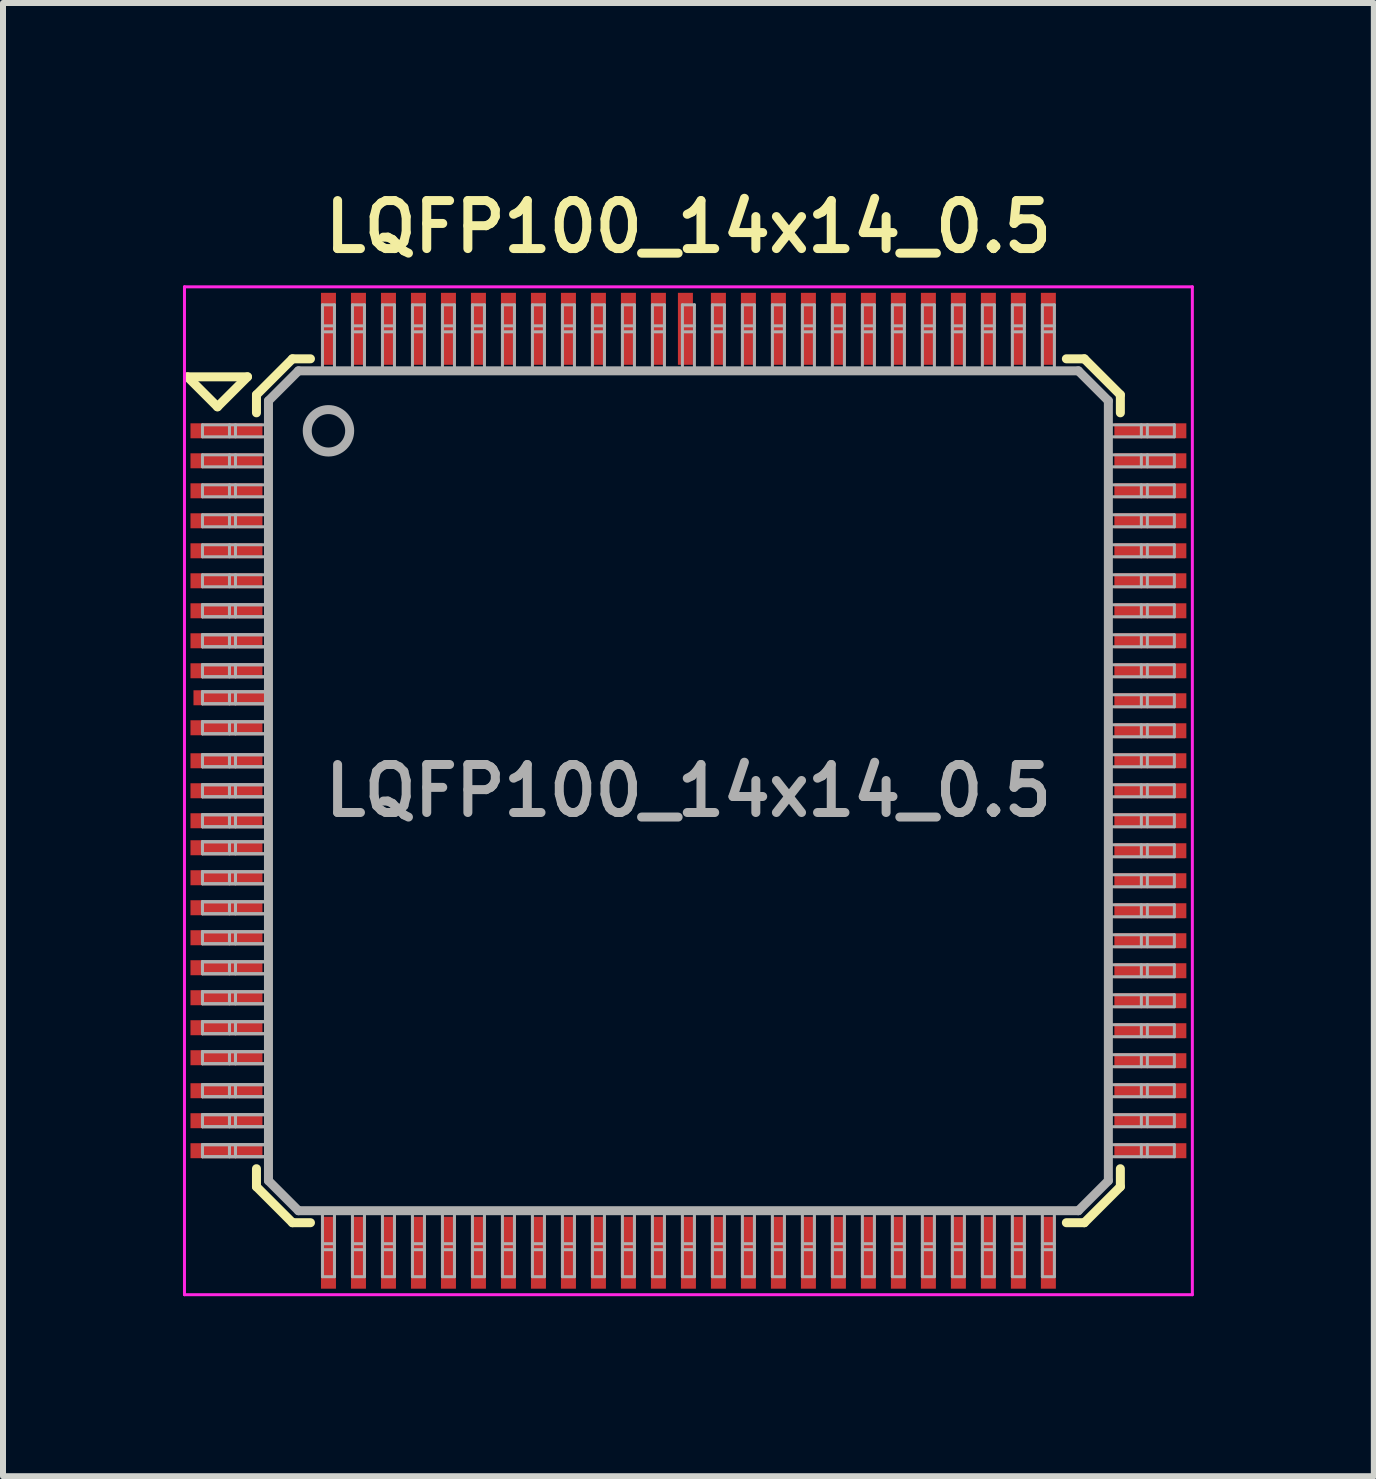
<source format=kicad_pcb>
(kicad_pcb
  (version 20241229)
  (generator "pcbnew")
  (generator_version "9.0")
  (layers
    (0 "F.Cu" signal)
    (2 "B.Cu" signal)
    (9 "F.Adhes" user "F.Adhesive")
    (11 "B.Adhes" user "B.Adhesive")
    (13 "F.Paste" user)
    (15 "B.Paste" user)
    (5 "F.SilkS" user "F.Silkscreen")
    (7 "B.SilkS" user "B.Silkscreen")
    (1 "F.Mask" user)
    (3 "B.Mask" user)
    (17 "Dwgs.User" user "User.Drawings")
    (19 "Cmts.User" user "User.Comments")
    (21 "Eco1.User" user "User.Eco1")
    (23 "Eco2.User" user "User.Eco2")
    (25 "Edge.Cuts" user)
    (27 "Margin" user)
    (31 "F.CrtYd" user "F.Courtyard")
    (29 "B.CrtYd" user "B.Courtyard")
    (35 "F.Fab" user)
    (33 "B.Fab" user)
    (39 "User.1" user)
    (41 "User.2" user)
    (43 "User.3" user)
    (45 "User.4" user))
  (footprint "LQFP100_14x14_0.5"
    (layer "F.Cu")
    (at 8.425 10.131)
    (property "Reference" "LQFP100_14x14_0.5" (at 0 -9.4 0) (layer "F.SilkS") (effects (font (size 0.8 0.8) (thickness 0.15))))
    (attr smd)
    (fp_line (start -8.35 -6.9) (end -7.35 -6.9) (stroke (width 0.15) (type solid)) (layer "F.SilkS"))
    (fp_line (start -7.85 -6.4) (end -8.35 -6.9) (stroke (width 0.15) (type solid)) (layer "F.SilkS"))
    (fp_line (start -7.35 -6.9) (end -7.85 -6.4) (stroke (width 0.15) (type solid)) (layer "F.SilkS"))
    (fp_line (start -7.2 -6.3) (end -7.2 -6.6) (stroke (width 0.15) (type solid)) (layer "F.SilkS"))
    (fp_line (start -7.2 6.3) (end -7.2 6.6) (stroke (width 0.15) (type solid)) (layer "F.SilkS"))
    (fp_line (start -7.2 6.6) (end -6.6 7.2) (stroke (width 0.15) (type solid)) (layer "F.SilkS"))
    (fp_line (start -6.6 -7.2) (end -7.2 -6.6) (stroke (width 0.15) (type solid)) (layer "F.SilkS"))
    (fp_line (start -6.3 -7.2) (end -6.6 -7.2) (stroke (width 0.15) (type solid)) (layer "F.SilkS"))
    (fp_line (start -6.3 7.2) (end -6.6 7.2) (stroke (width 0.15) (type solid)) (layer "F.SilkS"))
    (fp_line (start 6.3 -7.2) (end 6.6 -7.2) (stroke (width 0.15) (type solid)) (layer "F.SilkS"))
    (fp_line (start 6.3 7.2) (end 6.6 7.2) (stroke (width 0.15) (type solid)) (layer "F.SilkS"))
    (fp_line (start 6.6 7.2) (end 7.2 6.6) (stroke (width 0.15) (type solid)) (layer "F.SilkS"))
    (fp_line (start 7.2 -6.6) (end 6.6 -7.2) (stroke (width 0.15) (type solid)) (layer "F.SilkS"))
    (fp_line (start 7.2 -6.3) (end 7.2 -6.6) (stroke (width 0.15) (type solid)) (layer "F.SilkS"))
    (fp_line (start 7.2 6.3) (end 7.2 6.6) (stroke (width 0.15) (type solid)) (layer "F.SilkS"))
    (fp_line (start -8.4 -8.4) (end 8.4 -8.4) (stroke (width 0.05) (type solid)) (layer "F.CrtYd"))
    (fp_line (start -8.4 8.4) (end -8.4 -8.4) (stroke (width 0.05) (type solid)) (layer "F.CrtYd"))
    (fp_line (start 8.4 -8.4) (end 8.4 8.4) (stroke (width 0.05) (type solid)) (layer "F.CrtYd"))
    (fp_line (start 8.4 8.4) (end -8.4 8.4) (stroke (width 0.05) (type solid)) (layer "F.CrtYd"))
    (fp_line (start -8.1 -6.1) (end -7 -6.1) (stroke (width 0.05) (type solid)) (layer "F.Fab"))
    (fp_line (start -8.1 -5.9) (end -8.1 -6.1) (stroke (width 0.05) (type solid)) (layer "F.Fab"))
    (fp_line (start -8.1 -5.9) (end -7 -5.9) (stroke (width 0.05) (type solid)) (layer "F.Fab"))
    (fp_line (start -8.1 -5.6) (end -7 -5.6) (stroke (width 0.05) (type solid)) (layer "F.Fab"))
    (fp_line (start -8.1 -5.4) (end -8.1 -5.6) (stroke (width 0.05) (type solid)) (layer "F.Fab"))
    (fp_line (start -8.1 -5.4) (end -7 -5.4) (stroke (width 0.05) (type solid)) (layer "F.Fab"))
    (fp_line (start -8.1 -5.1) (end -7 -5.1) (stroke (width 0.05) (type solid)) (layer "F.Fab"))
    (fp_line (start -8.1 -4.9) (end -8.1 -5.1) (stroke (width 0.05) (type solid)) (layer "F.Fab"))
    (fp_line (start -8.1 -4.9) (end -7 -4.9) (stroke (width 0.05) (type solid)) (layer "F.Fab"))
    (fp_line (start -8.1 -4.6) (end -7 -4.6) (stroke (width 0.05) (type solid)) (layer "F.Fab"))
    (fp_line (start -8.1 -4.4) (end -8.1 -4.6) (stroke (width 0.05) (type solid)) (layer "F.Fab"))
    (fp_line (start -8.1 -4.4) (end -7 -4.4) (stroke (width 0.05) (type solid)) (layer "F.Fab"))
    (fp_line (start -8.1 -4.1) (end -7 -4.1) (stroke (width 0.05) (type solid)) (layer "F.Fab"))
    (fp_line (start -8.1 -3.9) (end -8.1 -4.1) (stroke (width 0.05) (type solid)) (layer "F.Fab"))
    (fp_line (start -8.1 -3.9) (end -7 -3.9) (stroke (width 0.05) (type solid)) (layer "F.Fab"))
    (fp_line (start -8.1 -3.6) (end -7 -3.6) (stroke (width 0.05) (type solid)) (layer "F.Fab"))
    (fp_line (start -8.1 -3.4) (end -8.1 -3.6) (stroke (width 0.05) (type solid)) (layer "F.Fab"))
    (fp_line (start -8.1 -3.4) (end -7 -3.4) (stroke (width 0.05) (type solid)) (layer "F.Fab"))
    (fp_line (start -8.1 -3.1) (end -7 -3.1) (stroke (width 0.05) (type solid)) (layer "F.Fab"))
    (fp_line (start -8.1 -3.1) (end -7 -3.1) (stroke (width 0.05) (type solid)) (layer "F.Fab"))
    (fp_line (start -8.1 -2.9) (end -8.1 -3.1) (stroke (width 0.05) (type solid)) (layer "F.Fab"))
    (fp_line (start -8.1 -2.9) (end -8.1 -3.1) (stroke (width 0.05) (type solid)) (layer "F.Fab"))
    (fp_line (start -8.1 -2.9) (end -7 -2.9) (stroke (width 0.05) (type solid)) (layer "F.Fab"))
    (fp_line (start -8.1 -2.9) (end -7 -2.9) (stroke (width 0.05) (type solid)) (layer "F.Fab"))
    (fp_line (start -8.1 -2.6) (end -7 -2.6) (stroke (width 0.05) (type solid)) (layer "F.Fab"))
    (fp_line (start -8.1 -2.6) (end -7 -2.6) (stroke (width 0.05) (type solid)) (layer "F.Fab"))
    (fp_line (start -8.1 -2.4) (end -8.1 -2.6) (stroke (width 0.05) (type solid)) (layer "F.Fab"))
    (fp_line (start -8.1 -2.4) (end -8.1 -2.6) (stroke (width 0.05) (type solid)) (layer "F.Fab"))
    (fp_line (start -8.1 -2.4) (end -7 -2.4) (stroke (width 0.05) (type solid)) (layer "F.Fab"))
    (fp_line (start -8.1 -2.4) (end -7 -2.4) (stroke (width 0.05) (type solid)) (layer "F.Fab"))
    (fp_line (start -8.1 -2.1) (end -7 -2.1) (stroke (width 0.05) (type solid)) (layer "F.Fab"))
    (fp_line (start -8.1 -2.1) (end -7 -2.1) (stroke (width 0.05) (type solid)) (layer "F.Fab"))
    (fp_line (start -8.1 -1.9) (end -8.1 -2.1) (stroke (width 0.05) (type solid)) (layer "F.Fab"))
    (fp_line (start -8.1 -1.9) (end -8.1 -2.1) (stroke (width 0.05) (type solid)) (layer "F.Fab"))
    (fp_line (start -8.1 -1.9) (end -7 -1.9) (stroke (width 0.05) (type solid)) (layer "F.Fab"))
    (fp_line (start -8.1 -1.9) (end -7 -1.9) (stroke (width 0.05) (type solid)) (layer "F.Fab"))
    (fp_line (start -8.1 -1.65) (end -7 -1.65) (stroke (width 0.05) (type solid)) (layer "F.Fab"))
    (fp_line (start -8.1 -1.65) (end -7 -1.65) (stroke (width 0.05) (type solid)) (layer "F.Fab"))
    (fp_line (start -8.1 -1.45) (end -8.1 -1.65) (stroke (width 0.05) (type solid)) (layer "F.Fab"))
    (fp_line (start -8.1 -1.45) (end -8.1 -1.65) (stroke (width 0.05) (type solid)) (layer "F.Fab"))
    (fp_line (start -8.1 -1.45) (end -7 -1.45) (stroke (width 0.05) (type solid)) (layer "F.Fab"))
    (fp_line (start -8.1 -1.45) (end -7 -1.45) (stroke (width 0.05) (type solid)) (layer "F.Fab"))
    (fp_line (start -8.1 -1.15) (end -7 -1.15) (stroke (width 0.05) (type solid)) (layer "F.Fab"))
    (fp_line (start -8.1 -1.15) (end -7 -1.15) (stroke (width 0.05) (type solid)) (layer "F.Fab"))
    (fp_line (start -8.1 -0.95) (end -8.1 -1.15) (stroke (width 0.05) (type solid)) (layer "F.Fab"))
    (fp_line (start -8.1 -0.95) (end -8.1 -1.15) (stroke (width 0.05) (type solid)) (layer "F.Fab"))
    (fp_line (start -8.1 -0.95) (end -7 -0.95) (stroke (width 0.05) (type solid)) (layer "F.Fab"))
    (fp_line (start -8.1 -0.95) (end -7 -0.95) (stroke (width 0.05) (type solid)) (layer "F.Fab"))
    (fp_line (start -8.1 -0.6) (end -7 -0.6) (stroke (width 0.05) (type solid)) (layer "F.Fab"))
    (fp_line (start -8.1 -0.6) (end -7 -0.6) (stroke (width 0.05) (type solid)) (layer "F.Fab"))
    (fp_line (start -8.1 -0.4) (end -8.1 -0.6) (stroke (width 0.05) (type solid)) (layer "F.Fab"))
    (fp_line (start -8.1 -0.4) (end -8.1 -0.6) (stroke (width 0.05) (type solid)) (layer "F.Fab"))
    (fp_line (start -8.1 -0.4) (end -7 -0.4) (stroke (width 0.05) (type solid)) (layer "F.Fab"))
    (fp_line (start -8.1 -0.4) (end -7 -0.4) (stroke (width 0.05) (type solid)) (layer "F.Fab"))
    (fp_line (start -8.1 -0.1) (end -7 -0.1) (stroke (width 0.05) (type solid)) (layer "F.Fab"))
    (fp_line (start -8.1 -0.1) (end -7 -0.1) (stroke (width 0.05) (type solid)) (layer "F.Fab"))
    (fp_line (start -8.1 0.1) (end -8.1 -0.1) (stroke (width 0.05) (type solid)) (layer "F.Fab"))
    (fp_line (start -8.1 0.1) (end -8.1 -0.1) (stroke (width 0.05) (type solid)) (layer "F.Fab"))
    (fp_line (start -8.1 0.1) (end -7 0.1) (stroke (width 0.05) (type solid)) (layer "F.Fab"))
    (fp_line (start -8.1 0.1) (end -7 0.1) (stroke (width 0.05) (type solid)) (layer "F.Fab"))
    (fp_line (start -8.1 0.4) (end -7 0.4) (stroke (width 0.05) (type solid)) (layer "F.Fab"))
    (fp_line (start -8.1 0.4) (end -7 0.4) (stroke (width 0.05) (type solid)) (layer "F.Fab"))
    (fp_line (start -8.1 0.6) (end -8.1 0.4) (stroke (width 0.05) (type solid)) (layer "F.Fab"))
    (fp_line (start -8.1 0.6) (end -8.1 0.4) (stroke (width 0.05) (type solid)) (layer "F.Fab"))
    (fp_line (start -8.1 0.6) (end -7 0.6) (stroke (width 0.05) (type solid)) (layer "F.Fab"))
    (fp_line (start -8.1 0.6) (end -7 0.6) (stroke (width 0.05) (type solid)) (layer "F.Fab"))
    (fp_line (start -8.1 0.85) (end -7 0.85) (stroke (width 0.05) (type solid)) (layer "F.Fab"))
    (fp_line (start -8.1 0.85) (end -7 0.85) (stroke (width 0.05) (type solid)) (layer "F.Fab"))
    (fp_line (start -8.1 1.05) (end -8.1 0.85) (stroke (width 0.05) (type solid)) (layer "F.Fab"))
    (fp_line (start -8.1 1.05) (end -8.1 0.85) (stroke (width 0.05) (type solid)) (layer "F.Fab"))
    (fp_line (start -8.1 1.05) (end -7 1.05) (stroke (width 0.05) (type solid)) (layer "F.Fab"))
    (fp_line (start -8.1 1.05) (end -7 1.05) (stroke (width 0.05) (type solid)) (layer "F.Fab"))
    (fp_line (start -8.1 1.35) (end -7 1.35) (stroke (width 0.05) (type solid)) (layer "F.Fab"))
    (fp_line (start -8.1 1.35) (end -7 1.35) (stroke (width 0.05) (type solid)) (layer "F.Fab"))
    (fp_line (start -8.1 1.55) (end -8.1 1.35) (stroke (width 0.05) (type solid)) (layer "F.Fab"))
    (fp_line (start -8.1 1.55) (end -8.1 1.35) (stroke (width 0.05) (type solid)) (layer "F.Fab"))
    (fp_line (start -8.1 1.55) (end -7 1.55) (stroke (width 0.05) (type solid)) (layer "F.Fab"))
    (fp_line (start -8.1 1.55) (end -7 1.55) (stroke (width 0.05) (type solid)) (layer "F.Fab"))
    (fp_line (start -8.1 1.85) (end -7 1.85) (stroke (width 0.05) (type solid)) (layer "F.Fab"))
    (fp_line (start -8.1 1.85) (end -7 1.85) (stroke (width 0.05) (type solid)) (layer "F.Fab"))
    (fp_line (start -8.1 2.05) (end -8.1 1.85) (stroke (width 0.05) (type solid)) (layer "F.Fab"))
    (fp_line (start -8.1 2.05) (end -8.1 1.85) (stroke (width 0.05) (type solid)) (layer "F.Fab"))
    (fp_line (start -8.1 2.05) (end -7 2.05) (stroke (width 0.05) (type solid)) (layer "F.Fab"))
    (fp_line (start -8.1 2.05) (end -7 2.05) (stroke (width 0.05) (type solid)) (layer "F.Fab"))
    (fp_line (start -8.1 2.35) (end -7 2.35) (stroke (width 0.05) (type solid)) (layer "F.Fab"))
    (fp_line (start -8.1 2.35) (end -7 2.35) (stroke (width 0.05) (type solid)) (layer "F.Fab"))
    (fp_line (start -8.1 2.55) (end -8.1 2.35) (stroke (width 0.05) (type solid)) (layer "F.Fab"))
    (fp_line (start -8.1 2.55) (end -8.1 2.35) (stroke (width 0.05) (type solid)) (layer "F.Fab"))
    (fp_line (start -8.1 2.55) (end -7 2.55) (stroke (width 0.05) (type solid)) (layer "F.Fab"))
    (fp_line (start -8.1 2.55) (end -7 2.55) (stroke (width 0.05) (type solid)) (layer "F.Fab"))
    (fp_line (start -8.1 2.85) (end -7 2.85) (stroke (width 0.05) (type solid)) (layer "F.Fab"))
    (fp_line (start -8.1 2.85) (end -7 2.85) (stroke (width 0.05) (type solid)) (layer "F.Fab"))
    (fp_line (start -8.1 3.05) (end -8.1 2.85) (stroke (width 0.05) (type solid)) (layer "F.Fab"))
    (fp_line (start -8.1 3.05) (end -8.1 2.85) (stroke (width 0.05) (type solid)) (layer "F.Fab"))
    (fp_line (start -8.1 3.05) (end -7 3.05) (stroke (width 0.05) (type solid)) (layer "F.Fab"))
    (fp_line (start -8.1 3.05) (end -7 3.05) (stroke (width 0.05) (type solid)) (layer "F.Fab"))
    (fp_line (start -8.1 3.35) (end -7 3.35) (stroke (width 0.05) (type solid)) (layer "F.Fab"))
    (fp_line (start -8.1 3.35) (end -7 3.35) (stroke (width 0.05) (type solid)) (layer "F.Fab"))
    (fp_line (start -8.1 3.55) (end -8.1 3.35) (stroke (width 0.05) (type solid)) (layer "F.Fab"))
    (fp_line (start -8.1 3.55) (end -8.1 3.35) (stroke (width 0.05) (type solid)) (layer "F.Fab"))
    (fp_line (start -8.1 3.55) (end -7 3.55) (stroke (width 0.05) (type solid)) (layer "F.Fab"))
    (fp_line (start -8.1 3.55) (end -7 3.55) (stroke (width 0.05) (type solid)) (layer "F.Fab"))
    (fp_line (start -8.1 3.85) (end -7 3.85) (stroke (width 0.05) (type solid)) (layer "F.Fab"))
    (fp_line (start -8.1 3.85) (end -7 3.85) (stroke (width 0.05) (type solid)) (layer "F.Fab"))
    (fp_line (start -8.1 4.05) (end -8.1 3.85) (stroke (width 0.05) (type solid)) (layer "F.Fab"))
    (fp_line (start -8.1 4.05) (end -8.1 3.85) (stroke (width 0.05) (type solid)) (layer "F.Fab"))
    (fp_line (start -8.1 4.05) (end -7 4.05) (stroke (width 0.05) (type solid)) (layer "F.Fab"))
    (fp_line (start -8.1 4.05) (end -7 4.05) (stroke (width 0.05) (type solid)) (layer "F.Fab"))
    (fp_line (start -8.1 4.35) (end -7 4.35) (stroke (width 0.05) (type solid)) (layer "F.Fab"))
    (fp_line (start -8.1 4.35) (end -7 4.35) (stroke (width 0.05) (type solid)) (layer "F.Fab"))
    (fp_line (start -8.1 4.55) (end -8.1 4.35) (stroke (width 0.05) (type solid)) (layer "F.Fab"))
    (fp_line (start -8.1 4.55) (end -8.1 4.35) (stroke (width 0.05) (type solid)) (layer "F.Fab"))
    (fp_line (start -8.1 4.55) (end -7 4.55) (stroke (width 0.05) (type solid)) (layer "F.Fab"))
    (fp_line (start -8.1 4.55) (end -7 4.55) (stroke (width 0.05) (type solid)) (layer "F.Fab"))
    (fp_line (start -8.1 4.9) (end -7 4.9) (stroke (width 0.05) (type solid)) (layer "F.Fab"))
    (fp_line (start -8.1 4.9) (end -7 4.9) (stroke (width 0.05) (type solid)) (layer "F.Fab"))
    (fp_line (start -8.1 5.1) (end -8.1 4.9) (stroke (width 0.05) (type solid)) (layer "F.Fab"))
    (fp_line (start -8.1 5.1) (end -8.1 4.9) (stroke (width 0.05) (type solid)) (layer "F.Fab"))
    (fp_line (start -8.1 5.1) (end -7 5.1) (stroke (width 0.05) (type solid)) (layer "F.Fab"))
    (fp_line (start -8.1 5.1) (end -7 5.1) (stroke (width 0.05) (type solid)) (layer "F.Fab"))
    (fp_line (start -8.1 5.4) (end -7 5.4) (stroke (width 0.05) (type solid)) (layer "F.Fab"))
    (fp_line (start -8.1 5.4) (end -7 5.4) (stroke (width 0.05) (type solid)) (layer "F.Fab"))
    (fp_line (start -8.1 5.6) (end -8.1 5.4) (stroke (width 0.05) (type solid)) (layer "F.Fab"))
    (fp_line (start -8.1 5.6) (end -8.1 5.4) (stroke (width 0.05) (type solid)) (layer "F.Fab"))
    (fp_line (start -8.1 5.6) (end -7 5.6) (stroke (width 0.05) (type solid)) (layer "F.Fab"))
    (fp_line (start -8.1 5.6) (end -7 5.6) (stroke (width 0.05) (type solid)) (layer "F.Fab"))
    (fp_line (start -8.1 5.9) (end -7 5.9) (stroke (width 0.05) (type solid)) (layer "F.Fab"))
    (fp_line (start -8.1 5.9) (end -7 5.9) (stroke (width 0.05) (type solid)) (layer "F.Fab"))
    (fp_line (start -8.1 6.1) (end -8.1 5.9) (stroke (width 0.05) (type solid)) (layer "F.Fab"))
    (fp_line (start -8.1 6.1) (end -8.1 5.9) (stroke (width 0.05) (type solid)) (layer "F.Fab"))
    (fp_line (start -8.1 6.1) (end -7 6.1) (stroke (width 0.05) (type solid)) (layer "F.Fab"))
    (fp_line (start -8.1 6.1) (end -7 6.1) (stroke (width 0.05) (type solid)) (layer "F.Fab"))
    (fp_line (start -7.65 -5.9) (end -7.65 -6.1) (stroke (width 0.05) (type solid)) (layer "F.Fab"))
    (fp_line (start -7.65 -5.4) (end -7.65 -5.6) (stroke (width 0.05) (type solid)) (layer "F.Fab"))
    (fp_line (start -7.65 -4.9) (end -7.65 -5.1) (stroke (width 0.05) (type solid)) (layer "F.Fab"))
    (fp_line (start -7.65 -4.4) (end -7.65 -4.6) (stroke (width 0.05) (type solid)) (layer "F.Fab"))
    (fp_line (start -7.65 -3.9) (end -7.65 -4.1) (stroke (width 0.05) (type solid)) (layer "F.Fab"))
    (fp_line (start -7.65 -3.4) (end -7.65 -3.6) (stroke (width 0.05) (type solid)) (layer "F.Fab"))
    (fp_line (start -7.65 -2.9) (end -7.65 -3.1) (stroke (width 0.05) (type solid)) (layer "F.Fab"))
    (fp_line (start -7.65 -2.9) (end -7.65 -3.1) (stroke (width 0.05) (type solid)) (layer "F.Fab"))
    (fp_line (start -7.65 -2.4) (end -7.65 -2.6) (stroke (width 0.05) (type solid)) (layer "F.Fab"))
    (fp_line (start -7.65 -2.4) (end -7.65 -2.6) (stroke (width 0.05) (type solid)) (layer "F.Fab"))
    (fp_line (start -7.65 -1.9) (end -7.65 -2.1) (stroke (width 0.05) (type solid)) (layer "F.Fab"))
    (fp_line (start -7.65 -1.9) (end -7.65 -2.1) (stroke (width 0.05) (type solid)) (layer "F.Fab"))
    (fp_line (start -7.65 -1.45) (end -7.65 -1.65) (stroke (width 0.05) (type solid)) (layer "F.Fab"))
    (fp_line (start -7.65 -1.45) (end -7.65 -1.65) (stroke (width 0.05) (type solid)) (layer "F.Fab"))
    (fp_line (start -7.65 -0.95) (end -7.65 -1.15) (stroke (width 0.05) (type solid)) (layer "F.Fab"))
    (fp_line (start -7.65 -0.95) (end -7.65 -1.15) (stroke (width 0.05) (type solid)) (layer "F.Fab"))
    (fp_line (start -7.65 -0.4) (end -7.65 -0.6) (stroke (width 0.05) (type solid)) (layer "F.Fab"))
    (fp_line (start -7.65 -0.4) (end -7.65 -0.6) (stroke (width 0.05) (type solid)) (layer "F.Fab"))
    (fp_line (start -7.65 0.1) (end -7.65 -0.1) (stroke (width 0.05) (type solid)) (layer "F.Fab"))
    (fp_line (start -7.65 0.1) (end -7.65 -0.1) (stroke (width 0.05) (type solid)) (layer "F.Fab"))
    (fp_line (start -7.65 0.6) (end -7.65 0.4) (stroke (width 0.05) (type solid)) (layer "F.Fab"))
    (fp_line (start -7.65 0.6) (end -7.65 0.4) (stroke (width 0.05) (type solid)) (layer "F.Fab"))
    (fp_line (start -7.65 1.05) (end -7.65 0.85) (stroke (width 0.05) (type solid)) (layer "F.Fab"))
    (fp_line (start -7.65 1.05) (end -7.65 0.85) (stroke (width 0.05) (type solid)) (layer "F.Fab"))
    (fp_line (start -7.65 1.55) (end -7.65 1.35) (stroke (width 0.05) (type solid)) (layer "F.Fab"))
    (fp_line (start -7.65 1.55) (end -7.65 1.35) (stroke (width 0.05) (type solid)) (layer "F.Fab"))
    (fp_line (start -7.65 2.05) (end -7.65 1.85) (stroke (width 0.05) (type solid)) (layer "F.Fab"))
    (fp_line (start -7.65 2.05) (end -7.65 1.85) (stroke (width 0.05) (type solid)) (layer "F.Fab"))
    (fp_line (start -7.65 2.55) (end -7.65 2.35) (stroke (width 0.05) (type solid)) (layer "F.Fab"))
    (fp_line (start -7.65 2.55) (end -7.65 2.35) (stroke (width 0.05) (type solid)) (layer "F.Fab"))
    (fp_line (start -7.65 3.05) (end -7.65 2.85) (stroke (width 0.05) (type solid)) (layer "F.Fab"))
    (fp_line (start -7.65 3.05) (end -7.65 2.85) (stroke (width 0.05) (type solid)) (layer "F.Fab"))
    (fp_line (start -7.65 3.55) (end -7.65 3.35) (stroke (width 0.05) (type solid)) (layer "F.Fab"))
    (fp_line (start -7.65 3.55) (end -7.65 3.35) (stroke (width 0.05) (type solid)) (layer "F.Fab"))
    (fp_line (start -7.65 4.05) (end -7.65 3.85) (stroke (width 0.05) (type solid)) (layer "F.Fab"))
    (fp_line (start -7.65 4.05) (end -7.65 3.85) (stroke (width 0.05) (type solid)) (layer "F.Fab"))
    (fp_line (start -7.65 4.55) (end -7.65 4.35) (stroke (width 0.05) (type solid)) (layer "F.Fab"))
    (fp_line (start -7.65 4.55) (end -7.65 4.35) (stroke (width 0.05) (type solid)) (layer "F.Fab"))
    (fp_line (start -7.65 5.1) (end -7.65 4.9) (stroke (width 0.05) (type solid)) (layer "F.Fab"))
    (fp_line (start -7.65 5.1) (end -7.65 4.9) (stroke (width 0.05) (type solid)) (layer "F.Fab"))
    (fp_line (start -7.65 5.6) (end -7.65 5.4) (stroke (width 0.05) (type solid)) (layer "F.Fab"))
    (fp_line (start -7.65 5.6) (end -7.65 5.4) (stroke (width 0.05) (type solid)) (layer "F.Fab"))
    (fp_line (start -7.65 6.1) (end -7.65 5.9) (stroke (width 0.05) (type solid)) (layer "F.Fab"))
    (fp_line (start -7.65 6.1) (end -7.65 5.9) (stroke (width 0.05) (type solid)) (layer "F.Fab"))
    (fp_line (start -7.55 -5.9) (end -7.55 -6.1) (stroke (width 0.05) (type solid)) (layer "F.Fab"))
    (fp_line (start -7.55 -5.4) (end -7.55 -5.6) (stroke (width 0.05) (type solid)) (layer "F.Fab"))
    (fp_line (start -7.55 -4.9) (end -7.55 -5.1) (stroke (width 0.05) (type solid)) (layer "F.Fab"))
    (fp_line (start -7.55 -4.4) (end -7.55 -4.6) (stroke (width 0.05) (type solid)) (layer "F.Fab"))
    (fp_line (start -7.55 -3.9) (end -7.55 -4.1) (stroke (width 0.05) (type solid)) (layer "F.Fab"))
    (fp_line (start -7.55 -3.4) (end -7.55 -3.6) (stroke (width 0.05) (type solid)) (layer "F.Fab"))
    (fp_line (start -7.55 -2.9) (end -7.55 -3.1) (stroke (width 0.05) (type solid)) (layer "F.Fab"))
    (fp_line (start -7.55 -2.9) (end -7.55 -3.1) (stroke (width 0.05) (type solid)) (layer "F.Fab"))
    (fp_line (start -7.55 -2.4) (end -7.55 -2.6) (stroke (width 0.05) (type solid)) (layer "F.Fab"))
    (fp_line (start -7.55 -2.4) (end -7.55 -2.6) (stroke (width 0.05) (type solid)) (layer "F.Fab"))
    (fp_line (start -7.55 -1.9) (end -7.55 -2.1) (stroke (width 0.05) (type solid)) (layer "F.Fab"))
    (fp_line (start -7.55 -1.9) (end -7.55 -2.1) (stroke (width 0.05) (type solid)) (layer "F.Fab"))
    (fp_line (start -7.55 -1.45) (end -7.55 -1.65) (stroke (width 0.05) (type solid)) (layer "F.Fab"))
    (fp_line (start -7.55 -1.45) (end -7.55 -1.65) (stroke (width 0.05) (type solid)) (layer "F.Fab"))
    (fp_line (start -7.55 -0.95) (end -7.55 -1.15) (stroke (width 0.05) (type solid)) (layer "F.Fab"))
    (fp_line (start -7.55 -0.95) (end -7.55 -1.15) (stroke (width 0.05) (type solid)) (layer "F.Fab"))
    (fp_line (start -7.55 -0.4) (end -7.55 -0.6) (stroke (width 0.05) (type solid)) (layer "F.Fab"))
    (fp_line (start -7.55 -0.4) (end -7.55 -0.6) (stroke (width 0.05) (type solid)) (layer "F.Fab"))
    (fp_line (start -7.55 0.1) (end -7.55 -0.1) (stroke (width 0.05) (type solid)) (layer "F.Fab"))
    (fp_line (start -7.55 0.1) (end -7.55 -0.1) (stroke (width 0.05) (type solid)) (layer "F.Fab"))
    (fp_line (start -7.55 0.6) (end -7.55 0.4) (stroke (width 0.05) (type solid)) (layer "F.Fab"))
    (fp_line (start -7.55 0.6) (end -7.55 0.4) (stroke (width 0.05) (type solid)) (layer "F.Fab"))
    (fp_line (start -7.55 1.05) (end -7.55 0.85) (stroke (width 0.05) (type solid)) (layer "F.Fab"))
    (fp_line (start -7.55 1.05) (end -7.55 0.85) (stroke (width 0.05) (type solid)) (layer "F.Fab"))
    (fp_line (start -7.55 1.55) (end -7.55 1.35) (stroke (width 0.05) (type solid)) (layer "F.Fab"))
    (fp_line (start -7.55 1.55) (end -7.55 1.35) (stroke (width 0.05) (type solid)) (layer "F.Fab"))
    (fp_line (start -7.55 2.05) (end -7.55 1.85) (stroke (width 0.05) (type solid)) (layer "F.Fab"))
    (fp_line (start -7.55 2.05) (end -7.55 1.85) (stroke (width 0.05) (type solid)) (layer "F.Fab"))
    (fp_line (start -7.55 2.55) (end -7.55 2.35) (stroke (width 0.05) (type solid)) (layer "F.Fab"))
    (fp_line (start -7.55 2.55) (end -7.55 2.35) (stroke (width 0.05) (type solid)) (layer "F.Fab"))
    (fp_line (start -7.55 3.05) (end -7.55 2.85) (stroke (width 0.05) (type solid)) (layer "F.Fab"))
    (fp_line (start -7.55 3.05) (end -7.55 2.85) (stroke (width 0.05) (type solid)) (layer "F.Fab"))
    (fp_line (start -7.55 3.55) (end -7.55 3.35) (stroke (width 0.05) (type solid)) (layer "F.Fab"))
    (fp_line (start -7.55 3.55) (end -7.55 3.35) (stroke (width 0.05) (type solid)) (layer "F.Fab"))
    (fp_line (start -7.55 4.05) (end -7.55 3.85) (stroke (width 0.05) (type solid)) (layer "F.Fab"))
    (fp_line (start -7.55 4.05) (end -7.55 3.85) (stroke (width 0.05) (type solid)) (layer "F.Fab"))
    (fp_line (start -7.55 4.55) (end -7.55 4.35) (stroke (width 0.05) (type solid)) (layer "F.Fab"))
    (fp_line (start -7.55 4.55) (end -7.55 4.35) (stroke (width 0.05) (type solid)) (layer "F.Fab"))
    (fp_line (start -7.55 5.1) (end -7.55 4.9) (stroke (width 0.05) (type solid)) (layer "F.Fab"))
    (fp_line (start -7.55 5.1) (end -7.55 4.9) (stroke (width 0.05) (type solid)) (layer "F.Fab"))
    (fp_line (start -7.55 5.6) (end -7.55 5.4) (stroke (width 0.05) (type solid)) (layer "F.Fab"))
    (fp_line (start -7.55 5.6) (end -7.55 5.4) (stroke (width 0.05) (type solid)) (layer "F.Fab"))
    (fp_line (start -7.55 6.1) (end -7.55 5.9) (stroke (width 0.05) (type solid)) (layer "F.Fab"))
    (fp_line (start -7.55 6.1) (end -7.55 5.9) (stroke (width 0.05) (type solid)) (layer "F.Fab"))
    (fp_line (start -7 -6.5) (end -7 6.5) (stroke (width 0.15) (type solid)) (layer "F.Fab"))
    (fp_line (start -7 -6.5) (end -6.5 -7) (stroke (width 0.15) (type solid)) (layer "F.Fab"))
    (fp_line (start -7 6.5) (end -6.5 7) (stroke (width 0.15) (type solid)) (layer "F.Fab"))
    (fp_line (start -6.5 -7) (end 6.5 -7) (stroke (width 0.15) (type solid)) (layer "F.Fab"))
    (fp_line (start -6.5 7) (end 6.5 7) (stroke (width 0.15) (type solid)) (layer "F.Fab"))
    (fp_line (start -6.1 -8.1) (end -6.1 -7) (stroke (width 0.05) (type solid)) (layer "F.Fab"))
    (fp_line (start -6.1 -8.1) (end -5.9 -8.1) (stroke (width 0.05) (type solid)) (layer "F.Fab"))
    (fp_line (start -6.1 -7.75) (end -5.9 -7.75) (stroke (width 0.05) (type solid)) (layer "F.Fab"))
    (fp_line (start -6.1 -7.65) (end -5.9 -7.65) (stroke (width 0.05) (type solid)) (layer "F.Fab"))
    (fp_line (start -6.1 7) (end -6.1 8.1) (stroke (width 0.05) (type solid)) (layer "F.Fab"))
    (fp_line (start -6.1 7.55) (end -5.9 7.55) (stroke (width 0.05) (type solid)) (layer "F.Fab"))
    (fp_line (start -6.1 7.65) (end -5.9 7.65) (stroke (width 0.05) (type solid)) (layer "F.Fab"))
    (fp_line (start -6.1 8.1) (end -5.9 8.1) (stroke (width 0.05) (type solid)) (layer "F.Fab"))
    (fp_line (start -5.9 -8.1) (end -5.9 -7) (stroke (width 0.05) (type solid)) (layer "F.Fab"))
    (fp_line (start -5.9 7) (end -5.9 8.1) (stroke (width 0.05) (type solid)) (layer "F.Fab"))
    (fp_line (start -5.6 -8.1) (end -5.6 -7) (stroke (width 0.05) (type solid)) (layer "F.Fab"))
    (fp_line (start -5.6 -8.1) (end -5.4 -8.1) (stroke (width 0.05) (type solid)) (layer "F.Fab"))
    (fp_line (start -5.6 -7.75) (end -5.4 -7.75) (stroke (width 0.05) (type solid)) (layer "F.Fab"))
    (fp_line (start -5.6 -7.65) (end -5.4 -7.65) (stroke (width 0.05) (type solid)) (layer "F.Fab"))
    (fp_line (start -5.6 7) (end -5.6 8.1) (stroke (width 0.05) (type solid)) (layer "F.Fab"))
    (fp_line (start -5.6 7.55) (end -5.4 7.55) (stroke (width 0.05) (type solid)) (layer "F.Fab"))
    (fp_line (start -5.6 7.65) (end -5.4 7.65) (stroke (width 0.05) (type solid)) (layer "F.Fab"))
    (fp_line (start -5.6 8.1) (end -5.4 8.1) (stroke (width 0.05) (type solid)) (layer "F.Fab"))
    (fp_line (start -5.4 -8.1) (end -5.4 -7) (stroke (width 0.05) (type solid)) (layer "F.Fab"))
    (fp_line (start -5.4 7) (end -5.4 8.1) (stroke (width 0.05) (type solid)) (layer "F.Fab"))
    (fp_line (start -5.1 -8.1) (end -5.1 -7) (stroke (width 0.05) (type solid)) (layer "F.Fab"))
    (fp_line (start -5.1 -8.1) (end -4.9 -8.1) (stroke (width 0.05) (type solid)) (layer "F.Fab"))
    (fp_line (start -5.1 -7.75) (end -4.9 -7.75) (stroke (width 0.05) (type solid)) (layer "F.Fab"))
    (fp_line (start -5.1 -7.65) (end -4.9 -7.65) (stroke (width 0.05) (type solid)) (layer "F.Fab"))
    (fp_line (start -5.1 7) (end -5.1 8.1) (stroke (width 0.05) (type solid)) (layer "F.Fab"))
    (fp_line (start -5.1 7.55) (end -4.9 7.55) (stroke (width 0.05) (type solid)) (layer "F.Fab"))
    (fp_line (start -5.1 7.65) (end -4.9 7.65) (stroke (width 0.05) (type solid)) (layer "F.Fab"))
    (fp_line (start -5.1 8.1) (end -4.9 8.1) (stroke (width 0.05) (type solid)) (layer "F.Fab"))
    (fp_line (start -4.9 -8.1) (end -4.9 -7) (stroke (width 0.05) (type solid)) (layer "F.Fab"))
    (fp_line (start -4.9 7) (end -4.9 8.1) (stroke (width 0.05) (type solid)) (layer "F.Fab"))
    (fp_line (start -4.6 -8.1) (end -4.6 -7) (stroke (width 0.05) (type solid)) (layer "F.Fab"))
    (fp_line (start -4.6 -8.1) (end -4.4 -8.1) (stroke (width 0.05) (type solid)) (layer "F.Fab"))
    (fp_line (start -4.6 -7.75) (end -4.4 -7.75) (stroke (width 0.05) (type solid)) (layer "F.Fab"))
    (fp_line (start -4.6 -7.65) (end -4.4 -7.65) (stroke (width 0.05) (type solid)) (layer "F.Fab"))
    (fp_line (start -4.6 7) (end -4.6 8.1) (stroke (width 0.05) (type solid)) (layer "F.Fab"))
    (fp_line (start -4.6 7.55) (end -4.4 7.55) (stroke (width 0.05) (type solid)) (layer "F.Fab"))
    (fp_line (start -4.6 7.65) (end -4.4 7.65) (stroke (width 0.05) (type solid)) (layer "F.Fab"))
    (fp_line (start -4.6 8.1) (end -4.4 8.1) (stroke (width 0.05) (type solid)) (layer "F.Fab"))
    (fp_line (start -4.4 -8.1) (end -4.4 -7) (stroke (width 0.05) (type solid)) (layer "F.Fab"))
    (fp_line (start -4.4 7) (end -4.4 8.1) (stroke (width 0.05) (type solid)) (layer "F.Fab"))
    (fp_line (start -4.1 -8.1) (end -4.1 -7) (stroke (width 0.05) (type solid)) (layer "F.Fab"))
    (fp_line (start -4.1 -8.1) (end -3.9 -8.1) (stroke (width 0.05) (type solid)) (layer "F.Fab"))
    (fp_line (start -4.1 -7.75) (end -3.9 -7.75) (stroke (width 0.05) (type solid)) (layer "F.Fab"))
    (fp_line (start -4.1 -7.65) (end -3.9 -7.65) (stroke (width 0.05) (type solid)) (layer "F.Fab"))
    (fp_line (start -4.1 7) (end -4.1 8.1) (stroke (width 0.05) (type solid)) (layer "F.Fab"))
    (fp_line (start -4.1 7.55) (end -3.9 7.55) (stroke (width 0.05) (type solid)) (layer "F.Fab"))
    (fp_line (start -4.1 7.65) (end -3.9 7.65) (stroke (width 0.05) (type solid)) (layer "F.Fab"))
    (fp_line (start -4.1 8.1) (end -3.9 8.1) (stroke (width 0.05) (type solid)) (layer "F.Fab"))
    (fp_line (start -3.9 -8.1) (end -3.9 -7) (stroke (width 0.05) (type solid)) (layer "F.Fab"))
    (fp_line (start -3.9 7) (end -3.9 8.1) (stroke (width 0.05) (type solid)) (layer "F.Fab"))
    (fp_line (start -3.6 -8.1) (end -3.6 -7) (stroke (width 0.05) (type solid)) (layer "F.Fab"))
    (fp_line (start -3.6 -8.1) (end -3.4 -8.1) (stroke (width 0.05) (type solid)) (layer "F.Fab"))
    (fp_line (start -3.6 -7.75) (end -3.4 -7.75) (stroke (width 0.05) (type solid)) (layer "F.Fab"))
    (fp_line (start -3.6 -7.65) (end -3.4 -7.65) (stroke (width 0.05) (type solid)) (layer "F.Fab"))
    (fp_line (start -3.6 7) (end -3.6 8.1) (stroke (width 0.05) (type solid)) (layer "F.Fab"))
    (fp_line (start -3.6 7.55) (end -3.4 7.55) (stroke (width 0.05) (type solid)) (layer "F.Fab"))
    (fp_line (start -3.6 7.65) (end -3.4 7.65) (stroke (width 0.05) (type solid)) (layer "F.Fab"))
    (fp_line (start -3.6 8.1) (end -3.4 8.1) (stroke (width 0.05) (type solid)) (layer "F.Fab"))
    (fp_line (start -3.4 -8.1) (end -3.4 -7) (stroke (width 0.05) (type solid)) (layer "F.Fab"))
    (fp_line (start -3.4 7) (end -3.4 8.1) (stroke (width 0.05) (type solid)) (layer "F.Fab"))
    (fp_line (start -3.1 -8.1) (end -3.1 -7) (stroke (width 0.05) (type solid)) (layer "F.Fab"))
    (fp_line (start -3.1 -8.1) (end -2.9 -8.1) (stroke (width 0.05) (type solid)) (layer "F.Fab"))
    (fp_line (start -3.1 -7.75) (end -2.9 -7.75) (stroke (width 0.05) (type solid)) (layer "F.Fab"))
    (fp_line (start -3.1 -7.65) (end -2.9 -7.65) (stroke (width 0.05) (type solid)) (layer "F.Fab"))
    (fp_line (start -3.1 7) (end -3.1 8.1) (stroke (width 0.05) (type solid)) (layer "F.Fab"))
    (fp_line (start -3.1 7.55) (end -2.9 7.55) (stroke (width 0.05) (type solid)) (layer "F.Fab"))
    (fp_line (start -3.1 7.65) (end -2.9 7.65) (stroke (width 0.05) (type solid)) (layer "F.Fab"))
    (fp_line (start -3.1 8.1) (end -2.9 8.1) (stroke (width 0.05) (type solid)) (layer "F.Fab"))
    (fp_line (start -2.9 -8.1) (end -2.9 -7) (stroke (width 0.05) (type solid)) (layer "F.Fab"))
    (fp_line (start -2.9 7) (end -2.9 8.1) (stroke (width 0.05) (type solid)) (layer "F.Fab"))
    (fp_line (start -2.6 -8.1) (end -2.6 -7) (stroke (width 0.05) (type solid)) (layer "F.Fab"))
    (fp_line (start -2.6 -8.1) (end -2.4 -8.1) (stroke (width 0.05) (type solid)) (layer "F.Fab"))
    (fp_line (start -2.6 -7.75) (end -2.4 -7.75) (stroke (width 0.05) (type solid)) (layer "F.Fab"))
    (fp_line (start -2.6 -7.65) (end -2.4 -7.65) (stroke (width 0.05) (type solid)) (layer "F.Fab"))
    (fp_line (start -2.6 7) (end -2.6 8.1) (stroke (width 0.05) (type solid)) (layer "F.Fab"))
    (fp_line (start -2.6 7.55) (end -2.4 7.55) (stroke (width 0.05) (type solid)) (layer "F.Fab"))
    (fp_line (start -2.6 7.65) (end -2.4 7.65) (stroke (width 0.05) (type solid)) (layer "F.Fab"))
    (fp_line (start -2.6 8.1) (end -2.4 8.1) (stroke (width 0.05) (type solid)) (layer "F.Fab"))
    (fp_line (start -2.4 -8.1) (end -2.4 -7) (stroke (width 0.05) (type solid)) (layer "F.Fab"))
    (fp_line (start -2.4 7) (end -2.4 8.1) (stroke (width 0.05) (type solid)) (layer "F.Fab"))
    (fp_line (start -2.1 -8.1) (end -2.1 -7) (stroke (width 0.05) (type solid)) (layer "F.Fab"))
    (fp_line (start -2.1 -8.1) (end -1.9 -8.1) (stroke (width 0.05) (type solid)) (layer "F.Fab"))
    (fp_line (start -2.1 -7.75) (end -1.9 -7.75) (stroke (width 0.05) (type solid)) (layer "F.Fab"))
    (fp_line (start -2.1 -7.65) (end -1.9 -7.65) (stroke (width 0.05) (type solid)) (layer "F.Fab"))
    (fp_line (start -2.1 7) (end -2.1 8.1) (stroke (width 0.05) (type solid)) (layer "F.Fab"))
    (fp_line (start -2.1 7.55) (end -1.9 7.55) (stroke (width 0.05) (type solid)) (layer "F.Fab"))
    (fp_line (start -2.1 7.65) (end -1.9 7.65) (stroke (width 0.05) (type solid)) (layer "F.Fab"))
    (fp_line (start -2.1 8.1) (end -1.9 8.1) (stroke (width 0.05) (type solid)) (layer "F.Fab"))
    (fp_line (start -1.9 -8.1) (end -1.9 -7) (stroke (width 0.05) (type solid)) (layer "F.Fab"))
    (fp_line (start -1.9 7) (end -1.9 8.1) (stroke (width 0.05) (type solid)) (layer "F.Fab"))
    (fp_line (start -1.6 -8.1) (end -1.6 -7) (stroke (width 0.05) (type solid)) (layer "F.Fab"))
    (fp_line (start -1.6 -8.1) (end -1.4 -8.1) (stroke (width 0.05) (type solid)) (layer "F.Fab"))
    (fp_line (start -1.6 -7.75) (end -1.4 -7.75) (stroke (width 0.05) (type solid)) (layer "F.Fab"))
    (fp_line (start -1.6 -7.65) (end -1.4 -7.65) (stroke (width 0.05) (type solid)) (layer "F.Fab"))
    (fp_line (start -1.6 7) (end -1.6 8.1) (stroke (width 0.05) (type solid)) (layer "F.Fab"))
    (fp_line (start -1.6 7.55) (end -1.4 7.55) (stroke (width 0.05) (type solid)) (layer "F.Fab"))
    (fp_line (start -1.6 7.65) (end -1.4 7.65) (stroke (width 0.05) (type solid)) (layer "F.Fab"))
    (fp_line (start -1.6 8.1) (end -1.4 8.1) (stroke (width 0.05) (type solid)) (layer "F.Fab"))
    (fp_line (start -1.4 -8.1) (end -1.4 -7) (stroke (width 0.05) (type solid)) (layer "F.Fab"))
    (fp_line (start -1.4 7) (end -1.4 8.1) (stroke (width 0.05) (type solid)) (layer "F.Fab"))
    (fp_line (start -1.1 -8.1) (end -1.1 -7) (stroke (width 0.05) (type solid)) (layer "F.Fab"))
    (fp_line (start -1.1 -8.1) (end -0.9 -8.1) (stroke (width 0.05) (type solid)) (layer "F.Fab"))
    (fp_line (start -1.1 -7.75) (end -0.9 -7.75) (stroke (width 0.05) (type solid)) (layer "F.Fab"))
    (fp_line (start -1.1 -7.65) (end -0.9 -7.65) (stroke (width 0.05) (type solid)) (layer "F.Fab"))
    (fp_line (start -1.1 7) (end -1.1 8.1) (stroke (width 0.05) (type solid)) (layer "F.Fab"))
    (fp_line (start -1.1 7.55) (end -0.9 7.55) (stroke (width 0.05) (type solid)) (layer "F.Fab"))
    (fp_line (start -1.1 7.65) (end -0.9 7.65) (stroke (width 0.05) (type solid)) (layer "F.Fab"))
    (fp_line (start -1.1 8.1) (end -0.9 8.1) (stroke (width 0.05) (type solid)) (layer "F.Fab"))
    (fp_line (start -0.9 -8.1) (end -0.9 -7) (stroke (width 0.05) (type solid)) (layer "F.Fab"))
    (fp_line (start -0.9 7) (end -0.9 8.1) (stroke (width 0.05) (type solid)) (layer "F.Fab"))
    (fp_line (start -0.6 -8.1) (end -0.6 -7) (stroke (width 0.05) (type solid)) (layer "F.Fab"))
    (fp_line (start -0.6 -8.1) (end -0.4 -8.1) (stroke (width 0.05) (type solid)) (layer "F.Fab"))
    (fp_line (start -0.6 -7.75) (end -0.4 -7.75) (stroke (width 0.05) (type solid)) (layer "F.Fab"))
    (fp_line (start -0.6 -7.65) (end -0.4 -7.65) (stroke (width 0.05) (type solid)) (layer "F.Fab"))
    (fp_line (start -0.6 7) (end -0.6 8.1) (stroke (width 0.05) (type solid)) (layer "F.Fab"))
    (fp_line (start -0.6 7.55) (end -0.4 7.55) (stroke (width 0.05) (type solid)) (layer "F.Fab"))
    (fp_line (start -0.6 7.65) (end -0.4 7.65) (stroke (width 0.05) (type solid)) (layer "F.Fab"))
    (fp_line (start -0.6 8.1) (end -0.4 8.1) (stroke (width 0.05) (type solid)) (layer "F.Fab"))
    (fp_line (start -0.4 -8.1) (end -0.4 -7) (stroke (width 0.05) (type solid)) (layer "F.Fab"))
    (fp_line (start -0.4 7) (end -0.4 8.1) (stroke (width 0.05) (type solid)) (layer "F.Fab"))
    (fp_line (start -0.1 -8.1) (end -0.1 -7) (stroke (width 0.05) (type solid)) (layer "F.Fab"))
    (fp_line (start -0.1 -8.1) (end 0.1 -8.1) (stroke (width 0.05) (type solid)) (layer "F.Fab"))
    (fp_line (start -0.1 -7.75) (end 0.1 -7.75) (stroke (width 0.05) (type solid)) (layer "F.Fab"))
    (fp_line (start -0.1 -7.65) (end 0.1 -7.65) (stroke (width 0.05) (type solid)) (layer "F.Fab"))
    (fp_line (start -0.1 7) (end -0.1 8.1) (stroke (width 0.05) (type solid)) (layer "F.Fab"))
    (fp_line (start -0.1 7.55) (end 0.1 7.55) (stroke (width 0.05) (type solid)) (layer "F.Fab"))
    (fp_line (start -0.1 7.65) (end 0.1 7.65) (stroke (width 0.05) (type solid)) (layer "F.Fab"))
    (fp_line (start -0.1 8.1) (end 0.1 8.1) (stroke (width 0.05) (type solid)) (layer "F.Fab"))
    (fp_line (start 0.1 -8.1) (end 0.1 -7) (stroke (width 0.05) (type solid)) (layer "F.Fab"))
    (fp_line (start 0.1 7) (end 0.1 8.1) (stroke (width 0.05) (type solid)) (layer "F.Fab"))
    (fp_line (start 0.4 -8.1) (end 0.4 -7) (stroke (width 0.05) (type solid)) (layer "F.Fab"))
    (fp_line (start 0.4 -8.1) (end 0.6 -8.1) (stroke (width 0.05) (type solid)) (layer "F.Fab"))
    (fp_line (start 0.4 -7.75) (end 0.6 -7.75) (stroke (width 0.05) (type solid)) (layer "F.Fab"))
    (fp_line (start 0.4 -7.65) (end 0.6 -7.65) (stroke (width 0.05) (type solid)) (layer "F.Fab"))
    (fp_line (start 0.4 7) (end 0.4 8.1) (stroke (width 0.05) (type solid)) (layer "F.Fab"))
    (fp_line (start 0.4 7.55) (end 0.6 7.55) (stroke (width 0.05) (type solid)) (layer "F.Fab"))
    (fp_line (start 0.4 7.65) (end 0.6 7.65) (stroke (width 0.05) (type solid)) (layer "F.Fab"))
    (fp_line (start 0.4 8.1) (end 0.6 8.1) (stroke (width 0.05) (type solid)) (layer "F.Fab"))
    (fp_line (start 0.6 -8.1) (end 0.6 -7) (stroke (width 0.05) (type solid)) (layer "F.Fab"))
    (fp_line (start 0.6 7) (end 0.6 8.1) (stroke (width 0.05) (type solid)) (layer "F.Fab"))
    (fp_line (start 0.9 -8.1) (end 0.9 -7) (stroke (width 0.05) (type solid)) (layer "F.Fab"))
    (fp_line (start 0.9 -8.1) (end 1.1 -8.1) (stroke (width 0.05) (type solid)) (layer "F.Fab"))
    (fp_line (start 0.9 -7.75) (end 1.1 -7.75) (stroke (width 0.05) (type solid)) (layer "F.Fab"))
    (fp_line (start 0.9 -7.65) (end 1.1 -7.65) (stroke (width 0.05) (type solid)) (layer "F.Fab"))
    (fp_line (start 0.9 7) (end 0.9 8.1) (stroke (width 0.05) (type solid)) (layer "F.Fab"))
    (fp_line (start 0.9 7.55) (end 1.1 7.55) (stroke (width 0.05) (type solid)) (layer "F.Fab"))
    (fp_line (start 0.9 7.65) (end 1.1 7.65) (stroke (width 0.05) (type solid)) (layer "F.Fab"))
    (fp_line (start 0.9 8.1) (end 1.1 8.1) (stroke (width 0.05) (type solid)) (layer "F.Fab"))
    (fp_line (start 1.1 -8.1) (end 1.1 -7) (stroke (width 0.05) (type solid)) (layer "F.Fab"))
    (fp_line (start 1.1 7) (end 1.1 8.1) (stroke (width 0.05) (type solid)) (layer "F.Fab"))
    (fp_line (start 1.4 -8.1) (end 1.4 -7) (stroke (width 0.05) (type solid)) (layer "F.Fab"))
    (fp_line (start 1.4 -8.1) (end 1.6 -8.1) (stroke (width 0.05) (type solid)) (layer "F.Fab"))
    (fp_line (start 1.4 -7.75) (end 1.6 -7.75) (stroke (width 0.05) (type solid)) (layer "F.Fab"))
    (fp_line (start 1.4 -7.65) (end 1.6 -7.65) (stroke (width 0.05) (type solid)) (layer "F.Fab"))
    (fp_line (start 1.4 7) (end 1.4 8.1) (stroke (width 0.05) (type solid)) (layer "F.Fab"))
    (fp_line (start 1.4 7.55) (end 1.6 7.55) (stroke (width 0.05) (type solid)) (layer "F.Fab"))
    (fp_line (start 1.4 7.65) (end 1.6 7.65) (stroke (width 0.05) (type solid)) (layer "F.Fab"))
    (fp_line (start 1.4 8.1) (end 1.6 8.1) (stroke (width 0.05) (type solid)) (layer "F.Fab"))
    (fp_line (start 1.6 -8.1) (end 1.6 -7) (stroke (width 0.05) (type solid)) (layer "F.Fab"))
    (fp_line (start 1.6 7) (end 1.6 8.1) (stroke (width 0.05) (type solid)) (layer "F.Fab"))
    (fp_line (start 1.9 -8.1) (end 1.9 -7) (stroke (width 0.05) (type solid)) (layer "F.Fab"))
    (fp_line (start 1.9 -8.1) (end 2.1 -8.1) (stroke (width 0.05) (type solid)) (layer "F.Fab"))
    (fp_line (start 1.9 -7.75) (end 2.1 -7.75) (stroke (width 0.05) (type solid)) (layer "F.Fab"))
    (fp_line (start 1.9 -7.65) (end 2.1 -7.65) (stroke (width 0.05) (type solid)) (layer "F.Fab"))
    (fp_line (start 1.9 7) (end 1.9 8.1) (stroke (width 0.05) (type solid)) (layer "F.Fab"))
    (fp_line (start 1.9 7.55) (end 2.1 7.55) (stroke (width 0.05) (type solid)) (layer "F.Fab"))
    (fp_line (start 1.9 7.65) (end 2.1 7.65) (stroke (width 0.05) (type solid)) (layer "F.Fab"))
    (fp_line (start 1.9 8.1) (end 2.1 8.1) (stroke (width 0.05) (type solid)) (layer "F.Fab"))
    (fp_line (start 2.1 -8.1) (end 2.1 -7) (stroke (width 0.05) (type solid)) (layer "F.Fab"))
    (fp_line (start 2.1 7) (end 2.1 8.1) (stroke (width 0.05) (type solid)) (layer "F.Fab"))
    (fp_line (start 2.4 -8.1) (end 2.4 -7) (stroke (width 0.05) (type solid)) (layer "F.Fab"))
    (fp_line (start 2.4 -8.1) (end 2.6 -8.1) (stroke (width 0.05) (type solid)) (layer "F.Fab"))
    (fp_line (start 2.4 -7.75) (end 2.6 -7.75) (stroke (width 0.05) (type solid)) (layer "F.Fab"))
    (fp_line (start 2.4 -7.65) (end 2.6 -7.65) (stroke (width 0.05) (type solid)) (layer "F.Fab"))
    (fp_line (start 2.4 7) (end 2.4 8.1) (stroke (width 0.05) (type solid)) (layer "F.Fab"))
    (fp_line (start 2.4 7.55) (end 2.6 7.55) (stroke (width 0.05) (type solid)) (layer "F.Fab"))
    (fp_line (start 2.4 7.65) (end 2.6 7.65) (stroke (width 0.05) (type solid)) (layer "F.Fab"))
    (fp_line (start 2.4 8.1) (end 2.6 8.1) (stroke (width 0.05) (type solid)) (layer "F.Fab"))
    (fp_line (start 2.6 -8.1) (end 2.6 -7) (stroke (width 0.05) (type solid)) (layer "F.Fab"))
    (fp_line (start 2.6 7) (end 2.6 8.1) (stroke (width 0.05) (type solid)) (layer "F.Fab"))
    (fp_line (start 2.9 -8.1) (end 2.9 -7) (stroke (width 0.05) (type solid)) (layer "F.Fab"))
    (fp_line (start 2.9 -8.1) (end 3.1 -8.1) (stroke (width 0.05) (type solid)) (layer "F.Fab"))
    (fp_line (start 2.9 -7.75) (end 3.1 -7.75) (stroke (width 0.05) (type solid)) (layer "F.Fab"))
    (fp_line (start 2.9 -7.65) (end 3.1 -7.65) (stroke (width 0.05) (type solid)) (layer "F.Fab"))
    (fp_line (start 2.9 7) (end 2.9 8.1) (stroke (width 0.05) (type solid)) (layer "F.Fab"))
    (fp_line (start 2.9 7.55) (end 3.1 7.55) (stroke (width 0.05) (type solid)) (layer "F.Fab"))
    (fp_line (start 2.9 7.65) (end 3.1 7.65) (stroke (width 0.05) (type solid)) (layer "F.Fab"))
    (fp_line (start 2.9 8.1) (end 3.1 8.1) (stroke (width 0.05) (type solid)) (layer "F.Fab"))
    (fp_line (start 3.1 -8.1) (end 3.1 -7) (stroke (width 0.05) (type solid)) (layer "F.Fab"))
    (fp_line (start 3.1 7) (end 3.1 8.1) (stroke (width 0.05) (type solid)) (layer "F.Fab"))
    (fp_line (start 3.4 -8.1) (end 3.4 -7) (stroke (width 0.05) (type solid)) (layer "F.Fab"))
    (fp_line (start 3.4 -8.1) (end 3.6 -8.1) (stroke (width 0.05) (type solid)) (layer "F.Fab"))
    (fp_line (start 3.4 -7.75) (end 3.6 -7.75) (stroke (width 0.05) (type solid)) (layer "F.Fab"))
    (fp_line (start 3.4 -7.65) (end 3.6 -7.65) (stroke (width 0.05) (type solid)) (layer "F.Fab"))
    (fp_line (start 3.4 7) (end 3.4 8.1) (stroke (width 0.05) (type solid)) (layer "F.Fab"))
    (fp_line (start 3.4 7.55) (end 3.6 7.55) (stroke (width 0.05) (type solid)) (layer "F.Fab"))
    (fp_line (start 3.4 7.65) (end 3.6 7.65) (stroke (width 0.05) (type solid)) (layer "F.Fab"))
    (fp_line (start 3.4 8.1) (end 3.6 8.1) (stroke (width 0.05) (type solid)) (layer "F.Fab"))
    (fp_line (start 3.6 -8.1) (end 3.6 -7) (stroke (width 0.05) (type solid)) (layer "F.Fab"))
    (fp_line (start 3.6 7) (end 3.6 8.1) (stroke (width 0.05) (type solid)) (layer "F.Fab"))
    (fp_line (start 3.9 -8.1) (end 3.9 -7) (stroke (width 0.05) (type solid)) (layer "F.Fab"))
    (fp_line (start 3.9 -8.1) (end 4.1 -8.1) (stroke (width 0.05) (type solid)) (layer "F.Fab"))
    (fp_line (start 3.9 -7.75) (end 4.1 -7.75) (stroke (width 0.05) (type solid)) (layer "F.Fab"))
    (fp_line (start 3.9 -7.65) (end 4.1 -7.65) (stroke (width 0.05) (type solid)) (layer "F.Fab"))
    (fp_line (start 3.9 7) (end 3.9 8.1) (stroke (width 0.05) (type solid)) (layer "F.Fab"))
    (fp_line (start 3.9 7.55) (end 4.1 7.55) (stroke (width 0.05) (type solid)) (layer "F.Fab"))
    (fp_line (start 3.9 7.65) (end 4.1 7.65) (stroke (width 0.05) (type solid)) (layer "F.Fab"))
    (fp_line (start 3.9 8.1) (end 4.1 8.1) (stroke (width 0.05) (type solid)) (layer "F.Fab"))
    (fp_line (start 4.1 -8.1) (end 4.1 -7) (stroke (width 0.05) (type solid)) (layer "F.Fab"))
    (fp_line (start 4.1 7) (end 4.1 8.1) (stroke (width 0.05) (type solid)) (layer "F.Fab"))
    (fp_line (start 4.4 -8.1) (end 4.4 -7) (stroke (width 0.05) (type solid)) (layer "F.Fab"))
    (fp_line (start 4.4 -8.1) (end 4.6 -8.1) (stroke (width 0.05) (type solid)) (layer "F.Fab"))
    (fp_line (start 4.4 -7.75) (end 4.6 -7.75) (stroke (width 0.05) (type solid)) (layer "F.Fab"))
    (fp_line (start 4.4 -7.65) (end 4.6 -7.65) (stroke (width 0.05) (type solid)) (layer "F.Fab"))
    (fp_line (start 4.4 7) (end 4.4 8.1) (stroke (width 0.05) (type solid)) (layer "F.Fab"))
    (fp_line (start 4.4 7.55) (end 4.6 7.55) (stroke (width 0.05) (type solid)) (layer "F.Fab"))
    (fp_line (start 4.4 7.65) (end 4.6 7.65) (stroke (width 0.05) (type solid)) (layer "F.Fab"))
    (fp_line (start 4.4 8.1) (end 4.6 8.1) (stroke (width 0.05) (type solid)) (layer "F.Fab"))
    (fp_line (start 4.6 -8.1) (end 4.6 -7) (stroke (width 0.05) (type solid)) (layer "F.Fab"))
    (fp_line (start 4.6 7) (end 4.6 8.1) (stroke (width 0.05) (type solid)) (layer "F.Fab"))
    (fp_line (start 4.9 -8.1) (end 4.9 -7) (stroke (width 0.05) (type solid)) (layer "F.Fab"))
    (fp_line (start 4.9 -8.1) (end 5.1 -8.1) (stroke (width 0.05) (type solid)) (layer "F.Fab"))
    (fp_line (start 4.9 -7.75) (end 5.1 -7.75) (stroke (width 0.05) (type solid)) (layer "F.Fab"))
    (fp_line (start 4.9 -7.65) (end 5.1 -7.65) (stroke (width 0.05) (type solid)) (layer "F.Fab"))
    (fp_line (start 4.9 7) (end 4.9 8.1) (stroke (width 0.05) (type solid)) (layer "F.Fab"))
    (fp_line (start 4.9 7.55) (end 5.1 7.55) (stroke (width 0.05) (type solid)) (layer "F.Fab"))
    (fp_line (start 4.9 7.65) (end 5.1 7.65) (stroke (width 0.05) (type solid)) (layer "F.Fab"))
    (fp_line (start 4.9 8.1) (end 5.1 8.1) (stroke (width 0.05) (type solid)) (layer "F.Fab"))
    (fp_line (start 5.1 -8.1) (end 5.1 -7) (stroke (width 0.05) (type solid)) (layer "F.Fab"))
    (fp_line (start 5.1 7) (end 5.1 8.1) (stroke (width 0.05) (type solid)) (layer "F.Fab"))
    (fp_line (start 5.4 -8.1) (end 5.4 -7) (stroke (width 0.05) (type solid)) (layer "F.Fab"))
    (fp_line (start 5.4 -8.1) (end 5.6 -8.1) (stroke (width 0.05) (type solid)) (layer "F.Fab"))
    (fp_line (start 5.4 -7.75) (end 5.6 -7.75) (stroke (width 0.05) (type solid)) (layer "F.Fab"))
    (fp_line (start 5.4 -7.65) (end 5.6 -7.65) (stroke (width 0.05) (type solid)) (layer "F.Fab"))
    (fp_line (start 5.4 7) (end 5.4 8.1) (stroke (width 0.05) (type solid)) (layer "F.Fab"))
    (fp_line (start 5.4 7.55) (end 5.6 7.55) (stroke (width 0.05) (type solid)) (layer "F.Fab"))
    (fp_line (start 5.4 7.65) (end 5.6 7.65) (stroke (width 0.05) (type solid)) (layer "F.Fab"))
    (fp_line (start 5.4 8.1) (end 5.6 8.1) (stroke (width 0.05) (type solid)) (layer "F.Fab"))
    (fp_line (start 5.6 -8.1) (end 5.6 -7) (stroke (width 0.05) (type solid)) (layer "F.Fab"))
    (fp_line (start 5.6 7) (end 5.6 8.1) (stroke (width 0.05) (type solid)) (layer "F.Fab"))
    (fp_line (start 5.9 -8.1) (end 5.9 -7) (stroke (width 0.05) (type solid)) (layer "F.Fab"))
    (fp_line (start 5.9 -8.1) (end 6.1 -8.1) (stroke (width 0.05) (type solid)) (layer "F.Fab"))
    (fp_line (start 5.9 -7.75) (end 6.1 -7.75) (stroke (width 0.05) (type solid)) (layer "F.Fab"))
    (fp_line (start 5.9 -7.65) (end 6.1 -7.65) (stroke (width 0.05) (type solid)) (layer "F.Fab"))
    (fp_line (start 5.9 7) (end 5.9 8.1) (stroke (width 0.05) (type solid)) (layer "F.Fab"))
    (fp_line (start 5.9 7.55) (end 6.1 7.55) (stroke (width 0.05) (type solid)) (layer "F.Fab"))
    (fp_line (start 5.9 7.65) (end 6.1 7.65) (stroke (width 0.05) (type solid)) (layer "F.Fab"))
    (fp_line (start 5.9 8.1) (end 6.1 8.1) (stroke (width 0.05) (type solid)) (layer "F.Fab"))
    (fp_line (start 6.1 -8.1) (end 6.1 -7) (stroke (width 0.05) (type solid)) (layer "F.Fab"))
    (fp_line (start 6.1 7) (end 6.1 8.1) (stroke (width 0.05) (type solid)) (layer "F.Fab"))
    (fp_line (start 6.5 -7) (end 7 -6.5) (stroke (width 0.15) (type solid)) (layer "F.Fab"))
    (fp_line (start 6.5 7) (end 7 6.5) (stroke (width 0.15) (type solid)) (layer "F.Fab"))
    (fp_line (start 7 -6.1) (end 8.1 -6.1) (stroke (width 0.05) (type solid)) (layer "F.Fab"))
    (fp_line (start 7 -5.9) (end 8.1 -5.9) (stroke (width 0.05) (type solid)) (layer "F.Fab"))
    (fp_line (start 7 -5.6) (end 8.1 -5.6) (stroke (width 0.05) (type solid)) (layer "F.Fab"))
    (fp_line (start 7 -5.4) (end 8.1 -5.4) (stroke (width 0.05) (type solid)) (layer "F.Fab"))
    (fp_line (start 7 -5.1) (end 8.1 -5.1) (stroke (width 0.05) (type solid)) (layer "F.Fab"))
    (fp_line (start 7 -4.9) (end 8.1 -4.9) (stroke (width 0.05) (type solid)) (layer "F.Fab"))
    (fp_line (start 7 -4.6) (end 8.1 -4.6) (stroke (width 0.05) (type solid)) (layer "F.Fab"))
    (fp_line (start 7 -4.4) (end 8.1 -4.4) (stroke (width 0.05) (type solid)) (layer "F.Fab"))
    (fp_line (start 7 -4.1) (end 8.1 -4.1) (stroke (width 0.05) (type solid)) (layer "F.Fab"))
    (fp_line (start 7 -3.9) (end 8.1 -3.9) (stroke (width 0.05) (type solid)) (layer "F.Fab"))
    (fp_line (start 7 -3.6) (end 8.1 -3.6) (stroke (width 0.05) (type solid)) (layer "F.Fab"))
    (fp_line (start 7 -3.4) (end 8.1 -3.4) (stroke (width 0.05) (type solid)) (layer "F.Fab"))
    (fp_line (start 7 -3.1) (end 8.1 -3.1) (stroke (width 0.05) (type solid)) (layer "F.Fab"))
    (fp_line (start 7 -2.9) (end 8.1 -2.9) (stroke (width 0.05) (type solid)) (layer "F.Fab"))
    (fp_line (start 7 -2.6) (end 8.1 -2.6) (stroke (width 0.05) (type solid)) (layer "F.Fab"))
    (fp_line (start 7 -2.4) (end 8.1 -2.4) (stroke (width 0.05) (type solid)) (layer "F.Fab"))
    (fp_line (start 7 -2.1) (end 8.1 -2.1) (stroke (width 0.05) (type solid)) (layer "F.Fab"))
    (fp_line (start 7 -1.9) (end 8.1 -1.9) (stroke (width 0.05) (type solid)) (layer "F.Fab"))
    (fp_line (start 7 -1.6) (end 8.1 -1.6) (stroke (width 0.05) (type solid)) (layer "F.Fab"))
    (fp_line (start 7 -1.4) (end 8.1 -1.4) (stroke (width 0.05) (type solid)) (layer "F.Fab"))
    (fp_line (start 7 -1.1) (end 8.1 -1.1) (stroke (width 0.05) (type solid)) (layer "F.Fab"))
    (fp_line (start 7 -0.9) (end 8.1 -0.9) (stroke (width 0.05) (type solid)) (layer "F.Fab"))
    (fp_line (start 7 -0.6) (end 8.1 -0.6) (stroke (width 0.05) (type solid)) (layer "F.Fab"))
    (fp_line (start 7 -0.4) (end 8.1 -0.4) (stroke (width 0.05) (type solid)) (layer "F.Fab"))
    (fp_line (start 7 -0.1) (end 8.1 -0.1) (stroke (width 0.05) (type solid)) (layer "F.Fab"))
    (fp_line (start 7 0.1) (end 8.1 0.1) (stroke (width 0.05) (type solid)) (layer "F.Fab"))
    (fp_line (start 7 0.4) (end 8.1 0.4) (stroke (width 0.05) (type solid)) (layer "F.Fab"))
    (fp_line (start 7 0.6) (end 8.1 0.6) (stroke (width 0.05) (type solid)) (layer "F.Fab"))
    (fp_line (start 7 0.9) (end 8.1 0.9) (stroke (width 0.05) (type solid)) (layer "F.Fab"))
    (fp_line (start 7 1.1) (end 8.1 1.1) (stroke (width 0.05) (type solid)) (layer "F.Fab"))
    (fp_line (start 7 1.4) (end 8.1 1.4) (stroke (width 0.05) (type solid)) (layer "F.Fab"))
    (fp_line (start 7 1.6) (end 8.1 1.6) (stroke (width 0.05) (type solid)) (layer "F.Fab"))
    (fp_line (start 7 1.9) (end 8.1 1.9) (stroke (width 0.05) (type solid)) (layer "F.Fab"))
    (fp_line (start 7 2.1) (end 8.1 2.1) (stroke (width 0.05) (type solid)) (layer "F.Fab"))
    (fp_line (start 7 2.4) (end 8.1 2.4) (stroke (width 0.05) (type solid)) (layer "F.Fab"))
    (fp_line (start 7 2.6) (end 8.1 2.6) (stroke (width 0.05) (type solid)) (layer "F.Fab"))
    (fp_line (start 7 2.9) (end 8.1 2.9) (stroke (width 0.05) (type solid)) (layer "F.Fab"))
    (fp_line (start 7 3.1) (end 8.1 3.1) (stroke (width 0.05) (type solid)) (layer "F.Fab"))
    (fp_line (start 7 3.4) (end 8.1 3.4) (stroke (width 0.05) (type solid)) (layer "F.Fab"))
    (fp_line (start 7 3.6) (end 8.1 3.6) (stroke (width 0.05) (type solid)) (layer "F.Fab"))
    (fp_line (start 7 3.9) (end 8.1 3.9) (stroke (width 0.05) (type solid)) (layer "F.Fab"))
    (fp_line (start 7 4.1) (end 8.1 4.1) (stroke (width 0.05) (type solid)) (layer "F.Fab"))
    (fp_line (start 7 4.4) (end 8.1 4.4) (stroke (width 0.05) (type solid)) (layer "F.Fab"))
    (fp_line (start 7 4.6) (end 8.1 4.6) (stroke (width 0.05) (type solid)) (layer "F.Fab"))
    (fp_line (start 7 4.9) (end 8.1 4.9) (stroke (width 0.05) (type solid)) (layer "F.Fab"))
    (fp_line (start 7 5.1) (end 8.1 5.1) (stroke (width 0.05) (type solid)) (layer "F.Fab"))
    (fp_line (start 7 5.4) (end 8.1 5.4) (stroke (width 0.05) (type solid)) (layer "F.Fab"))
    (fp_line (start 7 5.6) (end 8.1 5.6) (stroke (width 0.05) (type solid)) (layer "F.Fab"))
    (fp_line (start 7 5.9) (end 8.1 5.9) (stroke (width 0.05) (type solid)) (layer "F.Fab"))
    (fp_line (start 7 6.1) (end 8.1 6.1) (stroke (width 0.05) (type solid)) (layer "F.Fab"))
    (fp_line (start 7 6.5) (end 7 -6.5) (stroke (width 0.15) (type solid)) (layer "F.Fab"))
    (fp_line (start 7.55 -5.9) (end 7.55 -6.1) (stroke (width 0.05) (type solid)) (layer "F.Fab"))
    (fp_line (start 7.55 -5.4) (end 7.55 -5.6) (stroke (width 0.05) (type solid)) (layer "F.Fab"))
    (fp_line (start 7.55 -4.9) (end 7.55 -5.1) (stroke (width 0.05) (type solid)) (layer "F.Fab"))
    (fp_line (start 7.55 -4.4) (end 7.55 -4.6) (stroke (width 0.05) (type solid)) (layer "F.Fab"))
    (fp_line (start 7.55 -3.9) (end 7.55 -4.1) (stroke (width 0.05) (type solid)) (layer "F.Fab"))
    (fp_line (start 7.55 -3.4) (end 7.55 -3.6) (stroke (width 0.05) (type solid)) (layer "F.Fab"))
    (fp_line (start 7.55 -2.9) (end 7.55 -3.1) (stroke (width 0.05) (type solid)) (layer "F.Fab"))
    (fp_line (start 7.55 -2.4) (end 7.55 -2.6) (stroke (width 0.05) (type solid)) (layer "F.Fab"))
    (fp_line (start 7.55 -1.9) (end 7.55 -2.1) (stroke (width 0.05) (type solid)) (layer "F.Fab"))
    (fp_line (start 7.55 -1.4) (end 7.55 -1.6) (stroke (width 0.05) (type solid)) (layer "F.Fab"))
    (fp_line (start 7.55 -0.9) (end 7.55 -1.1) (stroke (width 0.05) (type solid)) (layer "F.Fab"))
    (fp_line (start 7.55 -0.4) (end 7.55 -0.6) (stroke (width 0.05) (type solid)) (layer "F.Fab"))
    (fp_line (start 7.55 0.1) (end 7.55 -0.1) (stroke (width 0.05) (type solid)) (layer "F.Fab"))
    (fp_line (start 7.55 0.6) (end 7.55 0.4) (stroke (width 0.05) (type solid)) (layer "F.Fab"))
    (fp_line (start 7.55 1.1) (end 7.55 0.9) (stroke (width 0.05) (type solid)) (layer "F.Fab"))
    (fp_line (start 7.55 1.6) (end 7.55 1.4) (stroke (width 0.05) (type solid)) (layer "F.Fab"))
    (fp_line (start 7.55 2.1) (end 7.55 1.9) (stroke (width 0.05) (type solid)) (layer "F.Fab"))
    (fp_line (start 7.55 2.6) (end 7.55 2.4) (stroke (width 0.05) (type solid)) (layer "F.Fab"))
    (fp_line (start 7.55 3.1) (end 7.55 2.9) (stroke (width 0.05) (type solid)) (layer "F.Fab"))
    (fp_line (start 7.55 3.6) (end 7.55 3.4) (stroke (width 0.05) (type solid)) (layer "F.Fab"))
    (fp_line (start 7.55 4.1) (end 7.55 3.9) (stroke (width 0.05) (type solid)) (layer "F.Fab"))
    (fp_line (start 7.55 4.6) (end 7.55 4.4) (stroke (width 0.05) (type solid)) (layer "F.Fab"))
    (fp_line (start 7.55 5.1) (end 7.55 4.9) (stroke (width 0.05) (type solid)) (layer "F.Fab"))
    (fp_line (start 7.55 5.6) (end 7.55 5.4) (stroke (width 0.05) (type solid)) (layer "F.Fab"))
    (fp_line (start 7.55 6.1) (end 7.55 5.9) (stroke (width 0.05) (type solid)) (layer "F.Fab"))
    (fp_line (start 7.65 -5.9) (end 7.65 -6.1) (stroke (width 0.05) (type solid)) (layer "F.Fab"))
    (fp_line (start 7.65 -5.4) (end 7.65 -5.6) (stroke (width 0.05) (type solid)) (layer "F.Fab"))
    (fp_line (start 7.65 -4.9) (end 7.65 -5.1) (stroke (width 0.05) (type solid)) (layer "F.Fab"))
    (fp_line (start 7.65 -4.4) (end 7.65 -4.6) (stroke (width 0.05) (type solid)) (layer "F.Fab"))
    (fp_line (start 7.65 -3.9) (end 7.65 -4.1) (stroke (width 0.05) (type solid)) (layer "F.Fab"))
    (fp_line (start 7.65 -3.4) (end 7.65 -3.6) (stroke (width 0.05) (type solid)) (layer "F.Fab"))
    (fp_line (start 7.65 -2.9) (end 7.65 -3.1) (stroke (width 0.05) (type solid)) (layer "F.Fab"))
    (fp_line (start 7.65 -2.4) (end 7.65 -2.6) (stroke (width 0.05) (type solid)) (layer "F.Fab"))
    (fp_line (start 7.65 -1.9) (end 7.65 -2.1) (stroke (width 0.05) (type solid)) (layer "F.Fab"))
    (fp_line (start 7.65 -1.4) (end 7.65 -1.6) (stroke (width 0.05) (type solid)) (layer "F.Fab"))
    (fp_line (start 7.65 -0.9) (end 7.65 -1.1) (stroke (width 0.05) (type solid)) (layer "F.Fab"))
    (fp_line (start 7.65 -0.4) (end 7.65 -0.6) (stroke (width 0.05) (type solid)) (layer "F.Fab"))
    (fp_line (start 7.65 0.1) (end 7.65 -0.1) (stroke (width 0.05) (type solid)) (layer "F.Fab"))
    (fp_line (start 7.65 0.6) (end 7.65 0.4) (stroke (width 0.05) (type solid)) (layer "F.Fab"))
    (fp_line (start 7.65 1.1) (end 7.65 0.9) (stroke (width 0.05) (type solid)) (layer "F.Fab"))
    (fp_line (start 7.65 1.6) (end 7.65 1.4) (stroke (width 0.05) (type solid)) (layer "F.Fab"))
    (fp_line (start 7.65 2.1) (end 7.65 1.9) (stroke (width 0.05) (type solid)) (layer "F.Fab"))
    (fp_line (start 7.65 2.6) (end 7.65 2.4) (stroke (width 0.05) (type solid)) (layer "F.Fab"))
    (fp_line (start 7.65 3.1) (end 7.65 2.9) (stroke (width 0.05) (type solid)) (layer "F.Fab"))
    (fp_line (start 7.65 3.6) (end 7.65 3.4) (stroke (width 0.05) (type solid)) (layer "F.Fab"))
    (fp_line (start 7.65 4.1) (end 7.65 3.9) (stroke (width 0.05) (type solid)) (layer "F.Fab"))
    (fp_line (start 7.65 4.6) (end 7.65 4.4) (stroke (width 0.05) (type solid)) (layer "F.Fab"))
    (fp_line (start 7.65 5.1) (end 7.65 4.9) (stroke (width 0.05) (type solid)) (layer "F.Fab"))
    (fp_line (start 7.65 5.6) (end 7.65 5.4) (stroke (width 0.05) (type solid)) (layer "F.Fab"))
    (fp_line (start 7.65 6.1) (end 7.65 5.9) (stroke (width 0.05) (type solid)) (layer "F.Fab"))
    (fp_line (start 8.1 -5.9) (end 8.1 -6.1) (stroke (width 0.05) (type solid)) (layer "F.Fab"))
    (fp_line (start 8.1 -5.4) (end 8.1 -5.6) (stroke (width 0.05) (type solid)) (layer "F.Fab"))
    (fp_line (start 8.1 -4.9) (end 8.1 -5.1) (stroke (width 0.05) (type solid)) (layer "F.Fab"))
    (fp_line (start 8.1 -4.4) (end 8.1 -4.6) (stroke (width 0.05) (type solid)) (layer "F.Fab"))
    (fp_line (start 8.1 -3.9) (end 8.1 -4.1) (stroke (width 0.05) (type solid)) (layer "F.Fab"))
    (fp_line (start 8.1 -3.4) (end 8.1 -3.6) (stroke (width 0.05) (type solid)) (layer "F.Fab"))
    (fp_line (start 8.1 -2.9) (end 8.1 -3.1) (stroke (width 0.05) (type solid)) (layer "F.Fab"))
    (fp_line (start 8.1 -2.4) (end 8.1 -2.6) (stroke (width 0.05) (type solid)) (layer "F.Fab"))
    (fp_line (start 8.1 -1.9) (end 8.1 -2.1) (stroke (width 0.05) (type solid)) (layer "F.Fab"))
    (fp_line (start 8.1 -1.4) (end 8.1 -1.6) (stroke (width 0.05) (type solid)) (layer "F.Fab"))
    (fp_line (start 8.1 -0.9) (end 8.1 -1.1) (stroke (width 0.05) (type solid)) (layer "F.Fab"))
    (fp_line (start 8.1 -0.4) (end 8.1 -0.6) (stroke (width 0.05) (type solid)) (layer "F.Fab"))
    (fp_line (start 8.1 0.1) (end 8.1 -0.1) (stroke (width 0.05) (type solid)) (layer "F.Fab"))
    (fp_line (start 8.1 0.6) (end 8.1 0.4) (stroke (width 0.05) (type solid)) (layer "F.Fab"))
    (fp_line (start 8.1 1.1) (end 8.1 0.9) (stroke (width 0.05) (type solid)) (layer "F.Fab"))
    (fp_line (start 8.1 1.6) (end 8.1 1.4) (stroke (width 0.05) (type solid)) (layer "F.Fab"))
    (fp_line (start 8.1 2.1) (end 8.1 1.9) (stroke (width 0.05) (type solid)) (layer "F.Fab"))
    (fp_line (start 8.1 2.6) (end 8.1 2.4) (stroke (width 0.05) (type solid)) (layer "F.Fab"))
    (fp_line (start 8.1 3.1) (end 8.1 2.9) (stroke (width 0.05) (type solid)) (layer "F.Fab"))
    (fp_line (start 8.1 3.6) (end 8.1 3.4) (stroke (width 0.05) (type solid)) (layer "F.Fab"))
    (fp_line (start 8.1 4.1) (end 8.1 3.9) (stroke (width 0.05) (type solid)) (layer "F.Fab"))
    (fp_line (start 8.1 4.6) (end 8.1 4.4) (stroke (width 0.05) (type solid)) (layer "F.Fab"))
    (fp_line (start 8.1 5.1) (end 8.1 4.9) (stroke (width 0.05) (type solid)) (layer "F.Fab"))
    (fp_line (start 8.1 5.6) (end 8.1 5.4) (stroke (width 0.05) (type solid)) (layer "F.Fab"))
    (fp_line (start 8.1 6.1) (end 8.1 5.9) (stroke (width 0.05) (type solid)) (layer "F.Fab"))
    (fp_circle (center -6 -6) (end -5.75 -5.75) (stroke (width 0.15) (type solid)) (fill no) (layer "F.Fab"))
    (fp_text user "${REFERENCE}" (at 0 0 0) (layer "F.Fab") (effects (font (size 0.8 0.8) (thickness 0.15))))
    (pad "1" smd rect (at -7.7 -6) (size 1.2 0.25) (layers "F.Cu" "F.Mask" "F.Paste"))
    (pad "2" smd rect (at -7.7 -5.5) (size 1.2 0.25) (layers "F.Cu" "F.Mask" "F.Paste"))
    (pad "3" smd rect (at -7.7 -5) (size 1.2 0.25) (layers "F.Cu" "F.Mask" "F.Paste"))
    (pad "4" smd rect (at -7.7 -4.5) (size 1.2 0.25) (layers "F.Cu" "F.Mask" "F.Paste"))
    (pad "5" smd rect (at -7.7 -4) (size 1.2 0.25) (layers "F.Cu" "F.Mask" "F.Paste"))
    (pad "6" smd rect (at -7.7 -3.5) (size 1.2 0.25) (layers "F.Cu" "F.Mask" "F.Paste"))
    (pad "7" smd rect (at -7.7 -3) (size 1.2 0.25) (layers "F.Cu" "F.Mask" "F.Paste"))
    (pad "8" smd rect (at -7.7 -2.5) (size 1.2 0.25) (layers "F.Cu" "F.Mask" "F.Paste"))
    (pad "9" smd rect (at -7.7 -2) (size 1.2 0.25) (layers "F.Cu" "F.Mask" "F.Paste"))
    (pad "10" smd rect (at -7.65 -1.55) (size 1.2 0.25) (layers "F.Cu" "F.Mask" "F.Paste"))
    (pad "11" smd rect (at -7.7 -1.05) (size 1.2 0.25) (layers "F.Cu" "F.Mask" "F.Paste"))
    (pad "12" smd rect (at -7.7 -0.5) (size 1.2 0.25) (layers "F.Cu" "F.Mask" "F.Paste"))
    (pad "13" smd rect (at -7.7 0) (size 1.2 0.25) (layers "F.Cu" "F.Mask" "F.Paste"))
    (pad "14" smd rect (at -7.7 0.5) (size 1.2 0.25) (layers "F.Cu" "F.Mask" "F.Paste"))
    (pad "15" smd rect (at -7.7 0.95) (size 1.2 0.25) (layers "F.Cu" "F.Mask" "F.Paste"))
    (pad "16" smd rect (at -7.7 1.45) (size 1.2 0.25) (layers "F.Cu" "F.Mask" "F.Paste"))
    (pad "17" smd rect (at -7.7 1.95) (size 1.2 0.25) (layers "F.Cu" "F.Mask" "F.Paste"))
    (pad "18" smd rect (at -7.7 2.45) (size 1.2 0.25) (layers "F.Cu" "F.Mask" "F.Paste"))
    (pad "19" smd rect (at -7.7 2.95) (size 1.2 0.25) (layers "F.Cu" "F.Mask" "F.Paste"))
    (pad "20" smd rect (at -7.7 3.45) (size 1.2 0.25) (layers "F.Cu" "F.Mask" "F.Paste"))
    (pad "21" smd rect (at -7.7 3.95) (size 1.2 0.25) (layers "F.Cu" "F.Mask" "F.Paste"))
    (pad "22" smd rect (at -7.7 4.45) (size 1.2 0.25) (layers "F.Cu" "F.Mask" "F.Paste"))
    (pad "23" smd rect (at -7.7 5) (size 1.2 0.25) (layers "F.Cu" "F.Mask" "F.Paste"))
    (pad "24" smd rect (at -7.7 5.5) (size 1.2 0.25) (layers "F.Cu" "F.Mask" "F.Paste"))
    (pad "25" smd rect (at -7.7 6) (size 1.2 0.25) (layers "F.Cu" "F.Mask" "F.Paste"))
    (pad "26" smd rect (at -6 7.7 90) (size 1.2 0.25) (layers "F.Cu" "F.Mask" "F.Paste"))
    (pad "27" smd rect (at -5.5 7.7 90) (size 1.2 0.25) (layers "F.Cu" "F.Mask" "F.Paste"))
    (pad "28" smd rect (at -5 7.7 90) (size 1.2 0.25) (layers "F.Cu" "F.Mask" "F.Paste"))
    (pad "29" smd rect (at -4.5 7.7 90) (size 1.2 0.25) (layers "F.Cu" "F.Mask" "F.Paste"))
    (pad "30" smd rect (at -4 7.7 90) (size 1.2 0.25) (layers "F.Cu" "F.Mask" "F.Paste"))
    (pad "31" smd rect (at -3.5 7.7 90) (size 1.2 0.25) (layers "F.Cu" "F.Mask" "F.Paste"))
    (pad "32" smd rect (at -3 7.7 90) (size 1.2 0.25) (layers "F.Cu" "F.Mask" "F.Paste"))
    (pad "33" smd rect (at -2.5 7.7 90) (size 1.2 0.25) (layers "F.Cu" "F.Mask" "F.Paste"))
    (pad "34" smd rect (at -2 7.7 90) (size 1.2 0.25) (layers "F.Cu" "F.Mask" "F.Paste"))
    (pad "35" smd rect (at -1.5 7.7 90) (size 1.2 0.25) (layers "F.Cu" "F.Mask" "F.Paste"))
    (pad "36" smd rect (at -1 7.7 90) (size 1.2 0.25) (layers "F.Cu" "F.Mask" "F.Paste"))
    (pad "37" smd rect (at -0.5 7.7 90) (size 1.2 0.25) (layers "F.Cu" "F.Mask" "F.Paste"))
    (pad "38" smd rect (at 0 7.7 90) (size 1.2 0.25) (layers "F.Cu" "F.Mask" "F.Paste"))
    (pad "39" smd rect (at 0.5 7.7 90) (size 1.2 0.25) (layers "F.Cu" "F.Mask" "F.Paste"))
    (pad "40" smd rect (at 1 7.7 90) (size 1.2 0.25) (layers "F.Cu" "F.Mask" "F.Paste"))
    (pad "41" smd rect (at 1.5 7.7 90) (size 1.2 0.25) (layers "F.Cu" "F.Mask" "F.Paste"))
    (pad "42" smd rect (at 2 7.7 90) (size 1.2 0.25) (layers "F.Cu" "F.Mask" "F.Paste"))
    (pad "43" smd rect (at 2.5 7.7 90) (size 1.2 0.25) (layers "F.Cu" "F.Mask" "F.Paste"))
    (pad "44" smd rect (at 3 7.7 90) (size 1.2 0.25) (layers "F.Cu" "F.Mask" "F.Paste"))
    (pad "45" smd rect (at 3.5 7.7 90) (size 1.2 0.25) (layers "F.Cu" "F.Mask" "F.Paste"))
    (pad "46" smd rect (at 4 7.7 90) (size 1.2 0.25) (layers "F.Cu" "F.Mask" "F.Paste"))
    (pad "47" smd rect (at 4.5 7.7 90) (size 1.2 0.25) (layers "F.Cu" "F.Mask" "F.Paste"))
    (pad "48" smd rect (at 5 7.7 90) (size 1.2 0.25) (layers "F.Cu" "F.Mask" "F.Paste"))
    (pad "49" smd rect (at 5.5 7.7 90) (size 1.2 0.25) (layers "F.Cu" "F.Mask" "F.Paste"))
    (pad "50" smd rect (at 6 7.7 90) (size 1.2 0.25) (layers "F.Cu" "F.Mask" "F.Paste"))
    (pad "51" smd rect (at 7.7 6 180) (size 1.2 0.25) (layers "F.Cu" "F.Mask" "F.Paste"))
    (pad "52" smd rect (at 7.7 5.5 180) (size 1.2 0.25) (layers "F.Cu" "F.Mask" "F.Paste"))
    (pad "53" smd rect (at 7.7 5 180) (size 1.2 0.25) (layers "F.Cu" "F.Mask" "F.Paste"))
    (pad "54" smd rect (at 7.7 4.5 180) (size 1.2 0.25) (layers "F.Cu" "F.Mask" "F.Paste"))
    (pad "55" smd rect (at 7.7 4 180) (size 1.2 0.25) (layers "F.Cu" "F.Mask" "F.Paste"))
    (pad "56" smd rect (at 7.7 3.5 180) (size 1.2 0.25) (layers "F.Cu" "F.Mask" "F.Paste"))
    (pad "57" smd rect (at 7.7 3 180) (size 1.2 0.25) (layers "F.Cu" "F.Mask" "F.Paste"))
    (pad "58" smd rect (at 7.7 2.5 180) (size 1.2 0.25) (layers "F.Cu" "F.Mask" "F.Paste"))
    (pad "59" smd rect (at 7.7 2 180) (size 1.2 0.25) (layers "F.Cu" "F.Mask" "F.Paste"))
    (pad "60" smd rect (at 7.7 1.5 180) (size 1.2 0.25) (layers "F.Cu" "F.Mask" "F.Paste"))
    (pad "61" smd rect (at 7.7 1 180) (size 1.2 0.25) (layers "F.Cu" "F.Mask" "F.Paste"))
    (pad "62" smd rect (at 7.7 0.5 180) (size 1.2 0.25) (layers "F.Cu" "F.Mask" "F.Paste"))
    (pad "63" smd rect (at 7.7 0 180) (size 1.2 0.25) (layers "F.Cu" "F.Mask" "F.Paste"))
    (pad "64" smd rect (at 7.7 -0.5 180) (size 1.2 0.25) (layers "F.Cu" "F.Mask" "F.Paste"))
    (pad "65" smd rect (at 7.7 -1 180) (size 1.2 0.25) (layers "F.Cu" "F.Mask" "F.Paste"))
    (pad "66" smd rect (at 7.7 -1.5) (size 1.2 0.25) (layers "F.Cu" "F.Mask" "F.Paste"))
    (pad "67" smd rect (at 7.7 -2 180) (size 1.2 0.25) (layers "F.Cu" "F.Mask" "F.Paste"))
    (pad "68" smd rect (at 7.7 -2.5 180) (size 1.2 0.25) (layers "F.Cu" "F.Mask" "F.Paste"))
    (pad "69" smd rect (at 7.7 -3 180) (size 1.2 0.25) (layers "F.Cu" "F.Mask" "F.Paste"))
    (pad "70" smd rect (at 7.7 -3.5 180) (size 1.2 0.25) (layers "F.Cu" "F.Mask" "F.Paste"))
    (pad "71" smd rect (at 7.7 -4 180) (size 1.2 0.25) (layers "F.Cu" "F.Mask" "F.Paste"))
    (pad "72" smd rect (at 7.7 -4.5 180) (size 1.2 0.25) (layers "F.Cu" "F.Mask" "F.Paste"))
    (pad "73" smd rect (at 7.7 -5) (size 1.2 0.25) (layers "F.Cu" "F.Mask" "F.Paste"))
    (pad "74" smd rect (at 7.7 -5.5) (size 1.2 0.25) (layers "F.Cu" "F.Mask" "F.Paste"))
    (pad "75" smd rect (at 7.7 -6) (size 1.2 0.25) (layers "F.Cu" "F.Mask" "F.Paste"))
    (pad "76" smd rect (at 6 -7.7 90) (size 1.2 0.25) (layers "F.Cu" "F.Mask" "F.Paste"))
    (pad "77" smd rect (at 5.5 -7.7 90) (size 1.2 0.25) (layers "F.Cu" "F.Mask" "F.Paste"))
    (pad "78" smd rect (at 5 -7.7 90) (size 1.2 0.25) (layers "F.Cu" "F.Mask" "F.Paste"))
    (pad "79" smd rect (at 4.5 -7.7 90) (size 1.2 0.25) (layers "F.Cu" "F.Mask" "F.Paste"))
    (pad "80" smd rect (at 4 -7.7 90) (size 1.2 0.25) (layers "F.Cu" "F.Mask" "F.Paste"))
    (pad "81" smd rect (at 3.5 -7.7 90) (size 1.2 0.25) (layers "F.Cu" "F.Mask" "F.Paste"))
    (pad "82" smd rect (at 3 -7.7 90) (size 1.2 0.25) (layers "F.Cu" "F.Mask" "F.Paste"))
    (pad "83" smd rect (at 2.5 -7.7 90) (size 1.2 0.25) (layers "F.Cu" "F.Mask" "F.Paste"))
    (pad "84" smd rect (at 2 -7.7 90) (size 1.2 0.25) (layers "F.Cu" "F.Mask" "F.Paste"))
    (pad "85" smd rect (at 1.5 -7.7 90) (size 1.2 0.25) (layers "F.Cu" "F.Mask" "F.Paste"))
    (pad "86" smd rect (at 1 -7.7 90) (size 1.2 0.25) (layers "F.Cu" "F.Mask" "F.Paste"))
    (pad "87" smd rect (at 0.5 -7.7 90) (size 1.2 0.25) (layers "F.Cu" "F.Mask" "F.Paste"))
    (pad "88" smd rect (at -0.05 -7.7 90) (size 1.2 0.25) (layers "F.Cu" "F.Mask" "F.Paste"))
    (pad "89" smd rect (at -0.5 -7.7 90) (size 1.2 0.25) (layers "F.Cu" "F.Mask" "F.Paste"))
    (pad "90" smd rect (at -1 -7.7 90) (size 1.2 0.25) (layers "F.Cu" "F.Mask" "F.Paste"))
    (pad "91" smd rect (at -1.5 -7.7 90) (size 1.2 0.25) (layers "F.Cu" "F.Mask" "F.Paste"))
    (pad "92" smd rect (at -2 -7.7 90) (size 1.2 0.25) (layers "F.Cu" "F.Mask" "F.Paste"))
    (pad "93" smd rect (at -2.5 -7.7 90) (size 1.2 0.25) (layers "F.Cu" "F.Mask" "F.Paste"))
    (pad "94" smd rect (at -3 -7.7 90) (size 1.2 0.25) (layers "F.Cu" "F.Mask" "F.Paste"))
    (pad "95" smd rect (at -3.5 -7.7 90) (size 1.2 0.25) (layers "F.Cu" "F.Mask" "F.Paste"))
    (pad "96" smd rect (at -4 -7.7 90) (size 1.2 0.25) (layers "F.Cu" "F.Mask" "F.Paste"))
    (pad "97" smd rect (at -4.5 -7.7 90) (size 1.2 0.25) (layers "F.Cu" "F.Mask" "F.Paste"))
    (pad "98" smd rect (at -5 -7.7 90) (size 1.2 0.25) (layers "F.Cu" "F.Mask" "F.Paste"))
    (pad "99" smd rect (at -5.5 -7.7 90) (size 1.2 0.25) (layers "F.Cu" "F.Mask" "F.Paste"))
    (pad "100" smd rect (at -6 -7.7 90) (size 1.2 0.25) (layers "F.Cu" "F.Mask" "F.Paste")))
  (gr_rect
    (start -3 -3)
    (end 19.85 21.556)
    (stroke (width 0.1) (type default))
    (fill no)
    (layer "Edge.Cuts")))
</source>
